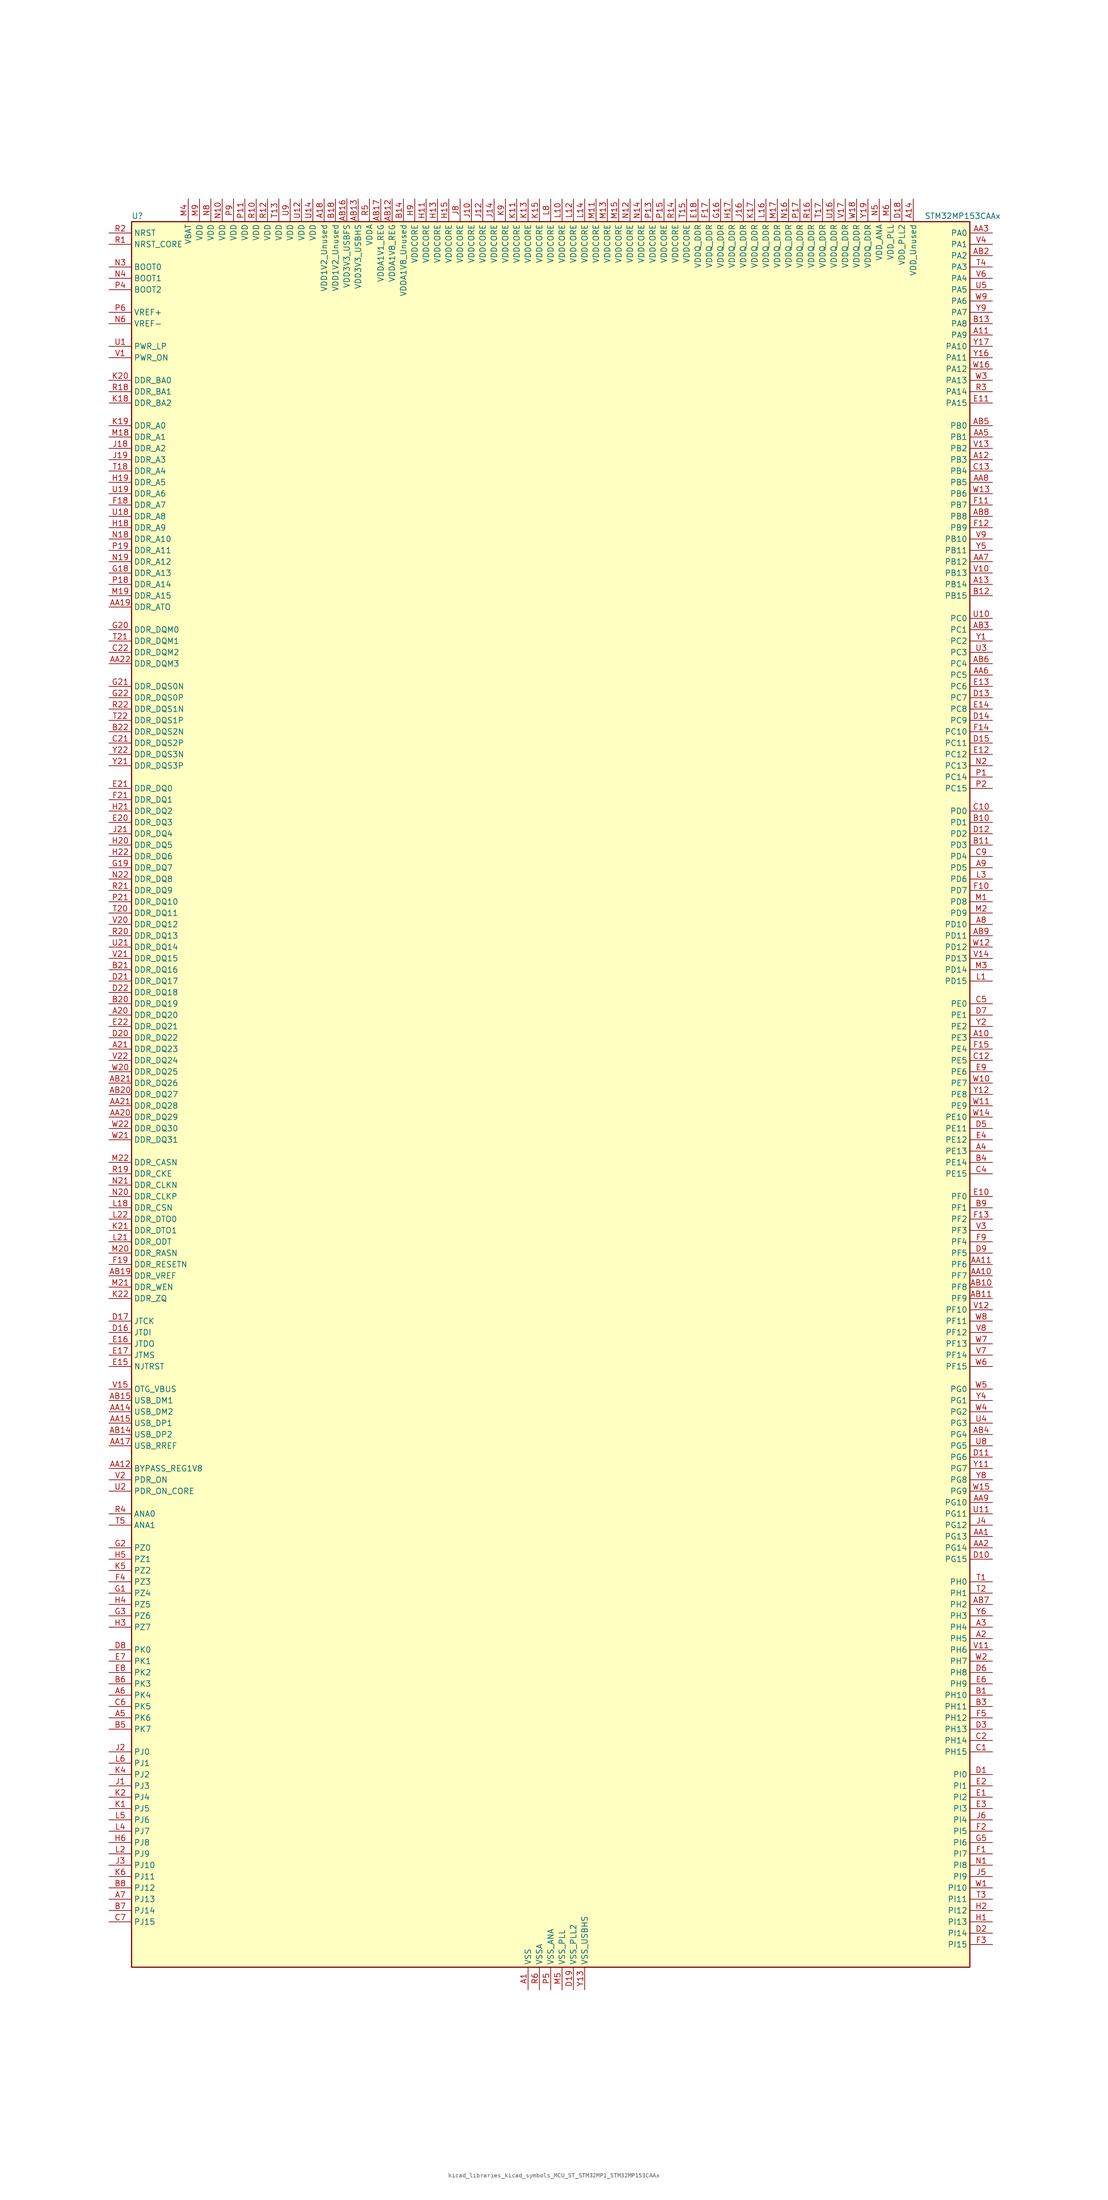
<source format=kicad_sym>
(kicad_symbol_lib
  (version 20220914)
  (generator kicad_symbol_editor)
  (symbol "kicad_libraries_kicad_symbols_MCU_ST_STM32MP1_STM32MP153CAAx"
    (property "Reference" "U"
      (at -93.98 196.85 0)
      (effects (font (size 1.27 1.27)) (justify left)))
    (property "Value" "STM32MP153CAAx"
      (at 83.82 196.85 0)
      (effects (font (size 1.27 1.27)) (justify left)))
    (property "ki_locked" ""
      (at 0 0 0)
      (effects (font (size 1.27 1.27))))
    (symbol "kicad_libraries_kicad_symbols_MCU_ST_STM32MP1_STM32MP153CAAx_0_1"
      (rectangle (start -93.98 -195.58) (end 93.98 195.58) (stroke (width 0.254) (type default)) (fill (type background))))
    (symbol "kicad_libraries_kicad_symbols_MCU_ST_STM32MP1_STM32MP153CAAx_1_1"
      (pin power_in line (at -5.08 -200.66 90) (length 5.08) (name "VSS" (effects (font (size 1.27 1.27)))) (number "A1" (effects (font (size 1.27 1.27)))))
      (pin bidirectional line (at 99.06 12.7 180) (length 5.08) (name "PE3" (effects (font (size 1.27 1.27)))) (number "A10" (effects (font (size 1.27 1.27)))) (alternate "DEBUG_TRACED0" bidirectional line) (alternate "FMC_A19" bidirectional line) (alternate "SAI1_SD_B" bidirectional line) (alternate "SDMMC2_CK" bidirectional line) (alternate "TIM15_BKIN" bidirectional line))
      (pin bidirectional line (at 99.06 170.18 180) (length 5.08) (name "PA9" (effects (font (size 1.27 1.27)))) (number "A11" (effects (font (size 1.27 1.27)))) (alternate "DAC1_EXTI9" bidirectional line) (alternate "DCMI_D0" bidirectional line) (alternate "I2C3_SMBA" bidirectional line) (alternate "I2S2_CK" bidirectional line) (alternate "LTDC_R5" bidirectional line) (alternate "SDMMC2_CDIR" bidirectional line) (alternate "SDMMC2_D5" bidirectional line) (alternate "SPI2_SCK" bidirectional line) (alternate "TIM1_CH2" bidirectional line) (alternate "USART1_TX" bidirectional line))
      (pin bidirectional line (at 99.06 142.24 180) (length 5.08) (name "PB3" (effects (font (size 1.27 1.27)))) (number "A12" (effects (font (size 1.27 1.27)))) (alternate "DEBUG_TRACED9" bidirectional line) (alternate "I2S1_CK" bidirectional line) (alternate "I2S3_CK" bidirectional line) (alternate "SAI4_CK1" bidirectional line) (alternate "SAI4_MCLK_A" bidirectional line) (alternate "SDMMC2_D2" bidirectional line) (alternate "SPI1_SCK" bidirectional line) (alternate "SPI3_SCK" bidirectional line) (alternate "SPI6_SCK" bidirectional line) (alternate "TIM2_CH2" bidirectional line) (alternate "UART7_RX" bidirectional line))
      (pin bidirectional line (at 99.06 114.3 180) (length 5.08) (name "PB14" (effects (font (size 1.27 1.27)))) (number "A13" (effects (font (size 1.27 1.27)))) (alternate "DFSDM1_DATIN2" bidirectional line) (alternate "I2S2_SDI" bidirectional line) (alternate "SDMMC2_D0" bidirectional line) (alternate "SPI2_MISO" bidirectional line) (alternate "TIM12_CH1" bidirectional line) (alternate "TIM1_CH2N" bidirectional line) (alternate "TIM8_CH2N" bidirectional line) (alternate "USART1_TX" bidirectional line) (alternate "USART3_DE" bidirectional line) (alternate "USART3_RTS" bidirectional line))
      (pin power_in line (at 81.28 200.66 270) (length 5.08) (name "VDD_Unused" (effects (font (size 1.27 1.27)))) (number "A14" (effects (font (size 1.27 1.27)))))
      (pin no_connect line (at -93.98 -195.58 0) (length 5.08) hide (name "DNU" (effects (font (size 1.27 1.27)))) (number "A15" (effects (font (size 1.27 1.27)))))
      (pin no_connect line (at -93.98 -193.04 0) (length 5.08) hide (name "DNU" (effects (font (size 1.27 1.27)))) (number "A16" (effects (font (size 1.27 1.27)))))
      (pin no_connect line (at -93.98 -190.5 0) (length 5.08) hide (name "DNU" (effects (font (size 1.27 1.27)))) (number "A17" (effects (font (size 1.27 1.27)))))
      (pin power_in line (at -50.8 200.66 270) (length 5.08) (name "VDD1V2_Unused" (effects (font (size 1.27 1.27)))) (number "A18" (effects (font (size 1.27 1.27)))))
      (pin passive line (at -5.08 -200.66 90) (length 5.08) hide (name "VSS" (effects (font (size 1.27 1.27)))) (number "A19" (effects (font (size 1.27 1.27)))))
      (pin bidirectional line (at 99.06 -121.92 180) (length 5.08) (name "PH5" (effects (font (size 1.27 1.27)))) (number "A2" (effects (font (size 1.27 1.27)))) (alternate "I2C2_SDA" bidirectional line) (alternate "SAI4_SD_B" bidirectional line) (alternate "SPI5_NSS" bidirectional line))
      (pin bidirectional line (at -99.06 17.78 0) (length 5.08) (name "DDR_DQ20" (effects (font (size 1.27 1.27)))) (number "A20" (effects (font (size 1.27 1.27)))) (alternate "DDR_DQ20" bidirectional line))
      (pin bidirectional line (at -99.06 10.16 0) (length 5.08) (name "DDR_DQ23" (effects (font (size 1.27 1.27)))) (number "A21" (effects (font (size 1.27 1.27)))) (alternate "DDR_DQ23" bidirectional line))
      (pin passive line (at -5.08 -200.66 90) (length 5.08) hide (name "VSS" (effects (font (size 1.27 1.27)))) (number "A22" (effects (font (size 1.27 1.27)))))
      (pin bidirectional line (at 99.06 -119.38 180) (length 5.08) (name "PH4" (effects (font (size 1.27 1.27)))) (number "A3" (effects (font (size 1.27 1.27)))) (alternate "I2C2_SCL" bidirectional line) (alternate "LTDC_G4" bidirectional line) (alternate "LTDC_G5" bidirectional line))
      (pin bidirectional line (at 99.06 -12.7 180) (length 5.08) (name "PE13" (effects (font (size 1.27 1.27)))) (number "A4" (effects (font (size 1.27 1.27)))) (alternate "DCMI_D6" bidirectional line) (alternate "DFSDM1_CKIN5" bidirectional line) (alternate "FMC_D10" bidirectional line) (alternate "FMC_DA10" bidirectional line) (alternate "HDP_HDP2" bidirectional line) (alternate "LTDC_DE" bidirectional line) (alternate "SAI2_FS_B" bidirectional line) (alternate "SPI4_MISO" bidirectional line) (alternate "TIM1_CH3" bidirectional line))
      (pin bidirectional line (at -99.06 -139.7 0) (length 5.08) (name "PK6" (effects (font (size 1.27 1.27)))) (number "A5" (effects (font (size 1.27 1.27)))) (alternate "DEBUG_TRACED7" bidirectional line) (alternate "HDP_HDP7" bidirectional line) (alternate "LTDC_B7" bidirectional line))
      (pin bidirectional line (at -99.06 -134.62 0) (length 5.08) (name "PK4" (effects (font (size 1.27 1.27)))) (number "A6" (effects (font (size 1.27 1.27)))) (alternate "LTDC_B5" bidirectional line))
      (pin bidirectional line (at -99.06 -180.34 0) (length 5.08) (name "PJ13" (effects (font (size 1.27 1.27)))) (number "A7" (effects (font (size 1.27 1.27)))) (alternate "LTDC_B1" bidirectional line) (alternate "LTDC_G4" bidirectional line))
      (pin bidirectional line (at 99.06 38.1 180) (length 5.08) (name "PD10" (effects (font (size 1.27 1.27)))) (number "A8" (effects (font (size 1.27 1.27)))) (alternate "DFSDM1_CKOUT" bidirectional line) (alternate "FMC_D15" bidirectional line) (alternate "FMC_DA15" bidirectional line) (alternate "I2C5_SMBA" bidirectional line) (alternate "I2S3_SDI" bidirectional line) (alternate "LTDC_B3" bidirectional line) (alternate "RTC_REFIN" bidirectional line) (alternate "SAI3_FS_B" bidirectional line) (alternate "SPI3_MISO" bidirectional line) (alternate "TIM16_BKIN" bidirectional line) (alternate "USART3_CK" bidirectional line))
      (pin bidirectional line (at 99.06 50.8 180) (length 5.08) (name "PD5" (effects (font (size 1.27 1.27)))) (number "A9" (effects (font (size 1.27 1.27)))) (alternate "FMC_NWE" bidirectional line) (alternate "SDMMC3_D2" bidirectional line) (alternate "USART2_TX" bidirectional line))
      (pin bidirectional line (at 99.06 -99.06 180) (length 5.08) (name "PG13" (effects (font (size 1.27 1.27)))) (number "AA1" (effects (font (size 1.27 1.27)))) (alternate "DEBUG_TRACED0" bidirectional line) (alternate "ETH1_TXD0" bidirectional line) (alternate "FMC_A24" bidirectional line) (alternate "LPTIM1_OUT" bidirectional line) (alternate "LTDC_R0" bidirectional line) (alternate "SAI1_CK2" bidirectional line) (alternate "SAI1_SCK_A" bidirectional line) (alternate "SAI4_CK1" bidirectional line) (alternate "SAI4_MCLK_A" bidirectional line) (alternate "SPI6_SCK" bidirectional line) (alternate "USART6_CTS" bidirectional line) (alternate "USART6_NSS" bidirectional line))
      (pin bidirectional line (at 99.06 -40.64 180) (length 5.08) (name "PF7" (effects (font (size 1.27 1.27)))) (number "AA10" (effects (font (size 1.27 1.27)))) (alternate "QUADSPI_BK1_IO2" bidirectional line) (alternate "SAI1_MCLK_B" bidirectional line) (alternate "SPI5_SCK" bidirectional line) (alternate "TIM17_CH1" bidirectional line) (alternate "UART7_TX" bidirectional line))
      (pin bidirectional line (at 99.06 -38.1 180) (length 5.08) (name "PF6" (effects (font (size 1.27 1.27)))) (number "AA11" (effects (font (size 1.27 1.27)))) (alternate "QUADSPI_BK1_IO3" bidirectional line) (alternate "SAI1_SD_B" bidirectional line) (alternate "SAI4_SCK_B" bidirectional line) (alternate "SPI5_NSS" bidirectional line) (alternate "TIM16_CH1" bidirectional line) (alternate "UART7_RX" bidirectional line))
      (pin bidirectional line (at -99.06 -83.82 0) (length 5.08) (name "BYPASS_REG1V8" (effects (font (size 1.27 1.27)))) (number "AA12" (effects (font (size 1.27 1.27)))))
      (pin passive line (at 7.62 -200.66 90) (length 5.08) hide (name "VSS_USBHS" (effects (font (size 1.27 1.27)))) (number "AA13" (effects (font (size 1.27 1.27)))))
      (pin bidirectional line (at -99.06 -71.12 0) (length 5.08) (name "USB_DM2" (effects (font (size 1.27 1.27)))) (number "AA14" (effects (font (size 1.27 1.27)))) (alternate "USBH_HS2_DM" bidirectional line) (alternate "USB_OTG_HS_DM" bidirectional line))
      (pin bidirectional line (at -99.06 -73.66 0) (length 5.08) (name "USB_DP1" (effects (font (size 1.27 1.27)))) (number "AA15" (effects (font (size 1.27 1.27)))) (alternate "USBH_HS1_DP" bidirectional line))
      (pin passive line (at 7.62 -200.66 90) (length 5.08) hide (name "VSS_USBHS" (effects (font (size 1.27 1.27)))) (number "AA16" (effects (font (size 1.27 1.27)))))
      (pin bidirectional line (at -99.06 -78.74 0) (length 5.08) (name "USB_RREF" (effects (font (size 1.27 1.27)))) (number "AA17" (effects (font (size 1.27 1.27)))))
      (pin passive line (at -5.08 -200.66 90) (length 5.08) hide (name "VSS" (effects (font (size 1.27 1.27)))) (number "AA18" (effects (font (size 1.27 1.27)))))
      (pin bidirectional line (at -99.06 109.22 0) (length 5.08) (name "DDR_ATO" (effects (font (size 1.27 1.27)))) (number "AA19" (effects (font (size 1.27 1.27)))) (alternate "DDR_ATO" bidirectional line))
      (pin bidirectional line (at 99.06 -101.6 180) (length 5.08) (name "PG14" (effects (font (size 1.27 1.27)))) (number "AA2" (effects (font (size 1.27 1.27)))) (alternate "DEBUG_TRACED1" bidirectional line) (alternate "ETH1_TXD1" bidirectional line) (alternate "FMC_A25" bidirectional line) (alternate "LPTIM1_ETR" bidirectional line) (alternate "LTDC_B0" bidirectional line) (alternate "QUADSPI_BK2_IO3" bidirectional line) (alternate "SAI4_D1" bidirectional line) (alternate "SAI4_SD_A" bidirectional line) (alternate "SPI6_MOSI" bidirectional line) (alternate "USART6_TX" bidirectional line))
      (pin bidirectional line (at -99.06 -5.08 0) (length 5.08) (name "DDR_DQ29" (effects (font (size 1.27 1.27)))) (number "AA20" (effects (font (size 1.27 1.27)))) (alternate "DDR_DQ29" bidirectional line))
      (pin bidirectional line (at -99.06 -2.54 0) (length 5.08) (name "DDR_DQ28" (effects (font (size 1.27 1.27)))) (number "AA21" (effects (font (size 1.27 1.27)))) (alternate "DDR_DQ28" bidirectional line))
      (pin bidirectional line (at -99.06 96.52 0) (length 5.08) (name "DDR_DQM3" (effects (font (size 1.27 1.27)))) (number "AA22" (effects (font (size 1.27 1.27)))) (alternate "DDR_DQM3" bidirectional line))
      (pin bidirectional line (at 99.06 193.04 180) (length 5.08) (name "PA0" (effects (font (size 1.27 1.27)))) (number "AA3" (effects (font (size 1.27 1.27)))) (alternate "ADC1_INP16" bidirectional line) (alternate "ETH1_CRS" bidirectional line) (alternate "PWR_WKUP1" bidirectional line) (alternate "SAI2_SD_B" bidirectional line) (alternate "SDMMC2_CMD" bidirectional line) (alternate "TIM15_BKIN" bidirectional line) (alternate "TIM2_CH1" bidirectional line) (alternate "TIM2_ETR" bidirectional line) (alternate "TIM5_CH1" bidirectional line) (alternate "TIM8_ETR" bidirectional line) (alternate "UART4_TX" bidirectional line) (alternate "USART2_CTS" bidirectional line) (alternate "USART2_NSS" bidirectional line))
      (pin passive line (at -5.08 -200.66 90) (length 5.08) hide (name "VSS" (effects (font (size 1.27 1.27)))) (number "AA4" (effects (font (size 1.27 1.27)))))
      (pin bidirectional line (at 99.06 147.32 180) (length 5.08) (name "PB1" (effects (font (size 1.27 1.27)))) (number "AA5" (effects (font (size 1.27 1.27)))) (alternate "ADC1_INP5" bidirectional line) (alternate "ADC2_INP5" bidirectional line) (alternate "DFSDM1_DATIN1" bidirectional line) (alternate "ETH1_RXD3" bidirectional line) (alternate "LTDC_G0" bidirectional line) (alternate "LTDC_R6" bidirectional line) (alternate "TIM1_CH3N" bidirectional line) (alternate "TIM3_CH4" bidirectional line) (alternate "TIM8_CH3N" bidirectional line))
      (pin bidirectional line (at 99.06 93.98 180) (length 5.08) (name "PC5" (effects (font (size 1.27 1.27)))) (number "AA6" (effects (font (size 1.27 1.27)))) (alternate "ADC1_INN4" bidirectional line) (alternate "ADC1_INP8" bidirectional line) (alternate "ADC2_INN4" bidirectional line) (alternate "ADC2_INP8" bidirectional line) (alternate "DFSDM1_DATIN2" bidirectional line) (alternate "ETH1_RXD1" bidirectional line) (alternate "SAI1_D3" bidirectional line) (alternate "SAI1_D4" bidirectional line) (alternate "SAI4_D3" bidirectional line) (alternate "SAI4_D4" bidirectional line) (alternate "SPDIFRX_IN3" bidirectional line))
      (pin bidirectional line (at 99.06 119.38 180) (length 5.08) (name "PB12" (effects (font (size 1.27 1.27)))) (number "AA7" (effects (font (size 1.27 1.27)))) (alternate "DFSDM1_DATIN1" bidirectional line) (alternate "ETH1_TXD0" bidirectional line) (alternate "FDCAN2_RX" bidirectional line) (alternate "I2C2_SMBA" bidirectional line) (alternate "I2C6_SMBA" bidirectional line) (alternate "I2S2_WS" bidirectional line) (alternate "SPI2_NSS" bidirectional line) (alternate "TIM1_BKIN" bidirectional line) (alternate "UART5_RX" bidirectional line) (alternate "USART3_CK" bidirectional line) (alternate "USART3_RX" bidirectional line))
      (pin bidirectional line (at 99.06 137.16 180) (length 5.08) (name "PB5" (effects (font (size 1.27 1.27)))) (number "AA8" (effects (font (size 1.27 1.27)))) (alternate "DCMI_D10" bidirectional line) (alternate "ETH1_CLK" bidirectional line) (alternate "ETH1_PPS_OUT" bidirectional line) (alternate "FDCAN2_RX" bidirectional line) (alternate "I2C1_SMBA" bidirectional line) (alternate "I2C4_SMBA" bidirectional line) (alternate "I2S1_SDO" bidirectional line) (alternate "I2S3_SDO" bidirectional line) (alternate "LTDC_G7" bidirectional line) (alternate "SAI4_D1" bidirectional line) (alternate "SAI4_SD_A" bidirectional line) (alternate "SPI1_MOSI" bidirectional line) (alternate "SPI3_MOSI" bidirectional line) (alternate "SPI6_MOSI" bidirectional line) (alternate "TIM17_BKIN" bidirectional line) (alternate "TIM3_CH2" bidirectional line) (alternate "UART5_RX" bidirectional line))
      (pin bidirectional line (at 99.06 -91.44 180) (length 5.08) (name "PG10" (effects (font (size 1.27 1.27)))) (number "AA9" (effects (font (size 1.27 1.27)))) (alternate "DCMI_D2" bidirectional line) (alternate "DEBUG_TRACED10" bidirectional line) (alternate "FMC_NE3" bidirectional line) (alternate "LTDC_B2" bidirectional line) (alternate "LTDC_G3" bidirectional line) (alternate "QUADSPI_BK2_IO2" bidirectional line) (alternate "SAI2_SD_B" bidirectional line) (alternate "UART8_CTS" bidirectional line))
      (pin passive line (at -5.08 -200.66 90) (length 5.08) hide (name "VSS" (effects (font (size 1.27 1.27)))) (number "AB1" (effects (font (size 1.27 1.27)))))
      (pin bidirectional line (at 99.06 -43.18 180) (length 5.08) (name "PF8" (effects (font (size 1.27 1.27)))) (number "AB10" (effects (font (size 1.27 1.27)))) (alternate "DEBUG_TRACED12" bidirectional line) (alternate "QUADSPI_BK1_IO0" bidirectional line) (alternate "SAI1_SCK_B" bidirectional line) (alternate "SPI5_MISO" bidirectional line) (alternate "TIM13_CH1" bidirectional line) (alternate "TIM16_CH1N" bidirectional line) (alternate "UART7_DE" bidirectional line) (alternate "UART7_RTS" bidirectional line))
      (pin bidirectional line (at 99.06 -45.72 180) (length 5.08) (name "PF9" (effects (font (size 1.27 1.27)))) (number "AB11" (effects (font (size 1.27 1.27)))) (alternate "DAC1_EXTI9" bidirectional line) (alternate "DEBUG_TRACED13" bidirectional line) (alternate "QUADSPI_BK1_IO1" bidirectional line) (alternate "SAI1_FS_B" bidirectional line) (alternate "SPI5_MOSI" bidirectional line) (alternate "TIM14_CH1" bidirectional line) (alternate "TIM17_CH1N" bidirectional line) (alternate "UART7_CTS" bidirectional line))
      (pin power_in line (at -35.56 200.66 270) (length 5.08) (name "VDDA1V8_REG" (effects (font (size 1.27 1.27)))) (number "AB12" (effects (font (size 1.27 1.27)))))
      (pin power_in line (at -43.18 200.66 270) (length 5.08) (name "VDD3V3_USBHS" (effects (font (size 1.27 1.27)))) (number "AB13" (effects (font (size 1.27 1.27)))))
      (pin bidirectional line (at -99.06 -76.2 0) (length 5.08) (name "USB_DP2" (effects (font (size 1.27 1.27)))) (number "AB14" (effects (font (size 1.27 1.27)))) (alternate "USBH_HS2_DP" bidirectional line) (alternate "USB_OTG_HS_DP" bidirectional line))
      (pin bidirectional line (at -99.06 -68.58 0) (length 5.08) (name "USB_DM1" (effects (font (size 1.27 1.27)))) (number "AB15" (effects (font (size 1.27 1.27)))) (alternate "USBH_HS1_DM" bidirectional line))
      (pin power_in line (at -45.72 200.66 270) (length 5.08) (name "VDD3V3_USBFS" (effects (font (size 1.27 1.27)))) (number "AB16" (effects (font (size 1.27 1.27)))))
      (pin power_in line (at -38.1 200.66 270) (length 5.08) (name "VDDA1V1_REG" (effects (font (size 1.27 1.27)))) (number "AB17" (effects (font (size 1.27 1.27)))))
      (pin passive line (at -5.08 -200.66 90) (length 5.08) hide (name "VSS" (effects (font (size 1.27 1.27)))) (number "AB18" (effects (font (size 1.27 1.27)))))
      (pin bidirectional line (at -99.06 -40.64 0) (length 5.08) (name "DDR_VREF" (effects (font (size 1.27 1.27)))) (number "AB19" (effects (font (size 1.27 1.27)))) (alternate "DDR_VREF" bidirectional line))
      (pin bidirectional line (at 99.06 187.96 180) (length 5.08) (name "PA2" (effects (font (size 1.27 1.27)))) (number "AB2" (effects (font (size 1.27 1.27)))) (alternate "ADC1_INP14" bidirectional line) (alternate "ETH1_MDIO" bidirectional line) (alternate "LPTIM4_OUT" bidirectional line) (alternate "LTDC_R1" bidirectional line) (alternate "PWR_WKUP2" bidirectional line) (alternate "SAI2_SCK_B" bidirectional line) (alternate "SDMMC2_D0DIR" bidirectional line) (alternate "TIM15_CH1" bidirectional line) (alternate "TIM2_CH3" bidirectional line) (alternate "TIM5_CH3" bidirectional line) (alternate "USART2_TX" bidirectional line))
      (pin bidirectional line (at -99.06 0 0) (length 5.08) (name "DDR_DQ27" (effects (font (size 1.27 1.27)))) (number "AB20" (effects (font (size 1.27 1.27)))) (alternate "DDR_DQ27" bidirectional line))
      (pin bidirectional line (at -99.06 2.54 0) (length 5.08) (name "DDR_DQ26" (effects (font (size 1.27 1.27)))) (number "AB21" (effects (font (size 1.27 1.27)))) (alternate "DDR_DQ26" bidirectional line))
      (pin passive line (at -5.08 -200.66 90) (length 5.08) hide (name "VSS" (effects (font (size 1.27 1.27)))) (number "AB22" (effects (font (size 1.27 1.27)))))
      (pin bidirectional line (at 99.06 104.14 180) (length 5.08) (name "PC1" (effects (font (size 1.27 1.27)))) (number "AB3" (effects (font (size 1.27 1.27)))) (alternate "ADC1_INN10" bidirectional line) (alternate "ADC1_INP11" bidirectional line) (alternate "ADC2_INN10" bidirectional line) (alternate "ADC2_INP11" bidirectional line) (alternate "DEBUG_TRACED0" bidirectional line) (alternate "DFSDM1_CKIN4" bidirectional line) (alternate "DFSDM1_DATIN0" bidirectional line) (alternate "ETH1_MDC" bidirectional line) (alternate "I2S2_SDO" bidirectional line) (alternate "PWR_WKUP6" bidirectional line) (alternate "SAI1_D1" bidirectional line) (alternate "SAI1_SD_A" bidirectional line) (alternate "SDMMC2_CK" bidirectional line) (alternate "SPI2_MOSI" bidirectional line) (alternate "TAMP_IN3" bidirectional line))
      (pin bidirectional line (at 99.06 -76.2 180) (length 5.08) (name "PG4" (effects (font (size 1.27 1.27)))) (number "AB4" (effects (font (size 1.27 1.27)))) (alternate "ETH1_GTX_CLK" bidirectional line) (alternate "FMC_A14" bidirectional line) (alternate "TIM1_BKIN2" bidirectional line))
      (pin bidirectional line (at 99.06 149.86 180) (length 5.08) (name "PB0" (effects (font (size 1.27 1.27)))) (number "AB5" (effects (font (size 1.27 1.27)))) (alternate "ADC1_INN5" bidirectional line) (alternate "ADC1_INP9" bidirectional line) (alternate "ADC2_INN5" bidirectional line) (alternate "ADC2_INP9" bidirectional line) (alternate "DFSDM1_CKOUT" bidirectional line) (alternate "ETH1_RXD2" bidirectional line) (alternate "LTDC_G1" bidirectional line) (alternate "LTDC_R3" bidirectional line) (alternate "TIM1_CH2N" bidirectional line) (alternate "TIM3_CH3" bidirectional line) (alternate "TIM8_CH2N" bidirectional line) (alternate "UART4_CTS" bidirectional line))
      (pin bidirectional line (at 99.06 96.52 180) (length 5.08) (name "PC4" (effects (font (size 1.27 1.27)))) (number "AB6" (effects (font (size 1.27 1.27)))) (alternate "ADC1_INP4" bidirectional line) (alternate "ADC2_INP4" bidirectional line) (alternate "DFSDM1_CKIN2" bidirectional line) (alternate "ETH1_RXD0" bidirectional line) (alternate "I2S1_MCK" bidirectional line) (alternate "SPDIFRX_IN2" bidirectional line))
      (pin bidirectional line (at 99.06 -114.3 180) (length 5.08) (name "PH2" (effects (font (size 1.27 1.27)))) (number "AB7" (effects (font (size 1.27 1.27)))) (alternate "ETH1_CRS" bidirectional line) (alternate "LPTIM1_IN2" bidirectional line) (alternate "LTDC_R0" bidirectional line) (alternate "QUADSPI_BK2_IO0" bidirectional line) (alternate "SAI2_SCK_B" bidirectional line))
      (pin bidirectional line (at 99.06 129.54 180) (length 5.08) (name "PB8" (effects (font (size 1.27 1.27)))) (number "AB8" (effects (font (size 1.27 1.27)))) (alternate "DCMI_D6" bidirectional line) (alternate "DFSDM1_CKIN7" bidirectional line) (alternate "ETH1_TXD3" bidirectional line) (alternate "FDCAN1_RX" bidirectional line) (alternate "HDP_HDP6" bidirectional line) (alternate "I2C1_SCL" bidirectional line) (alternate "I2C4_SCL" bidirectional line) (alternate "LTDC_B6" bidirectional line) (alternate "SDMMC1_CKIN" bidirectional line) (alternate "SDMMC1_D4" bidirectional line) (alternate "SDMMC2_CKIN" bidirectional line) (alternate "SDMMC2_D4" bidirectional line) (alternate "TIM16_CH1" bidirectional line) (alternate "TIM4_CH3" bidirectional line) (alternate "UART4_RX" bidirectional line))
      (pin bidirectional line (at 99.06 35.56 180) (length 5.08) (name "PD11" (effects (font (size 1.27 1.27)))) (number "AB9" (effects (font (size 1.27 1.27)))) (alternate "ADC1_EXTI11" bidirectional line) (alternate "ADC2_EXTI11" bidirectional line) (alternate "FMC_A16" bidirectional line) (alternate "FMC_CLE" bidirectional line) (alternate "I2C1_SMBA" bidirectional line) (alternate "I2C4_SMBA" bidirectional line) (alternate "LPTIM2_IN2" bidirectional line) (alternate "QUADSPI_BK1_IO0" bidirectional line) (alternate "SAI2_SD_A" bidirectional line) (alternate "USART3_CTS" bidirectional line) (alternate "USART3_NSS" bidirectional line))
      (pin bidirectional line (at 99.06 -134.62 180) (length 5.08) (name "PH10" (effects (font (size 1.27 1.27)))) (number "B1" (effects (font (size 1.27 1.27)))) (alternate "DCMI_D1" bidirectional line) (alternate "I2C1_SMBA" bidirectional line) (alternate "I2C4_SMBA" bidirectional line) (alternate "LTDC_R4" bidirectional line) (alternate "TIM5_CH1" bidirectional line))
      (pin bidirectional line (at 99.06 60.96 180) (length 5.08) (name "PD1" (effects (font (size 1.27 1.27)))) (number "B10" (effects (font (size 1.27 1.27)))) (alternate "DFSDM1_CKIN7" bidirectional line) (alternate "DFSDM1_DATIN6" bidirectional line) (alternate "FDCAN1_TX" bidirectional line) (alternate "FMC_D3" bidirectional line) (alternate "FMC_DA3" bidirectional line) (alternate "I2C5_SCL" bidirectional line) (alternate "I2C6_SCL" bidirectional line) (alternate "SAI3_SD_A" bidirectional line) (alternate "SDMMC3_D0" bidirectional line) (alternate "UART4_TX" bidirectional line))
      (pin bidirectional line (at 99.06 55.88 180) (length 5.08) (name "PD3" (effects (font (size 1.27 1.27)))) (number "B11" (effects (font (size 1.27 1.27)))) (alternate "DCMI_D5" bidirectional line) (alternate "DFSDM1_CKOUT" bidirectional line) (alternate "DFSDM1_DATIN0" bidirectional line) (alternate "FMC_CLK" bidirectional line) (alternate "HDP_HDP5" bidirectional line) (alternate "I2S2_CK" bidirectional line) (alternate "LTDC_G7" bidirectional line) (alternate "SDMMC1_D123DIR" bidirectional line) (alternate "SDMMC1_D7" bidirectional line) (alternate "SDMMC2_D123DIR" bidirectional line) (alternate "SDMMC2_D7" bidirectional line) (alternate "SPI2_SCK" bidirectional line) (alternate "USART2_CTS" bidirectional line) (alternate "USART2_NSS" bidirectional line))
      (pin bidirectional line (at 99.06 111.76 180) (length 5.08) (name "PB15" (effects (font (size 1.27 1.27)))) (number "B12" (effects (font (size 1.27 1.27)))) (alternate "ADC1_EXTI15" bidirectional line) (alternate "ADC2_EXTI15" bidirectional line) (alternate "DFSDM1_CKIN2" bidirectional line) (alternate "I2S2_SDO" bidirectional line) (alternate "RTC_REFIN" bidirectional line) (alternate "SDMMC2_D1" bidirectional line) (alternate "SPI2_MOSI" bidirectional line) (alternate "TIM12_CH2" bidirectional line) (alternate "TIM1_CH3N" bidirectional line) (alternate "TIM8_CH3N" bidirectional line) (alternate "USART1_RX" bidirectional line))
      (pin bidirectional line (at 99.06 172.72 180) (length 5.08) (name "PA8" (effects (font (size 1.27 1.27)))) (number "B13" (effects (font (size 1.27 1.27)))) (alternate "I2C3_SCL" bidirectional line) (alternate "I2S3_SDO" bidirectional line) (alternate "LTDC_R6" bidirectional line) (alternate "RCC_MCO_1" bidirectional line) (alternate "SAI4_SD_B" bidirectional line) (alternate "SDMMC2_CKIN" bidirectional line) (alternate "SDMMC2_D4" bidirectional line) (alternate "SPI3_MOSI" bidirectional line) (alternate "TIM1_CH1" bidirectional line) (alternate "TIM8_BKIN2" bidirectional line) (alternate "UART7_RX" bidirectional line) (alternate "USART1_CK" bidirectional line) (alternate "USB_OTG_HS_SOF" bidirectional line))
      (pin power_in line (at -33.02 200.66 270) (length 5.08) (name "VDDA1V8_Unused" (effects (font (size 1.27 1.27)))) (number "B14" (effects (font (size 1.27 1.27)))))
      (pin no_connect line (at -93.98 -187.96 0) (length 5.08) hide (name "DNU" (effects (font (size 1.27 1.27)))) (number "B15" (effects (font (size 1.27 1.27)))))
      (pin no_connect line (at -93.98 -185.42 0) (length 5.08) hide (name "DNU" (effects (font (size 1.27 1.27)))) (number "B16" (effects (font (size 1.27 1.27)))))
      (pin no_connect line (at -93.98 -182.88 0) (length 5.08) hide (name "DNU" (effects (font (size 1.27 1.27)))) (number "B17" (effects (font (size 1.27 1.27)))))
      (pin power_in line (at -48.26 200.66 270) (length 5.08) (name "VDD1V2_Unused" (effects (font (size 1.27 1.27)))) (number "B18" (effects (font (size 1.27 1.27)))))
      (pin passive line (at -5.08 -200.66 90) (length 5.08) hide (name "VSS" (effects (font (size 1.27 1.27)))) (number "B19" (effects (font (size 1.27 1.27)))))
      (pin passive line (at -5.08 -200.66 90) (length 5.08) hide (name "VSS" (effects (font (size 1.27 1.27)))) (number "B2" (effects (font (size 1.27 1.27)))))
      (pin bidirectional line (at -99.06 20.32 0) (length 5.08) (name "DDR_DQ19" (effects (font (size 1.27 1.27)))) (number "B20" (effects (font (size 1.27 1.27)))) (alternate "DDR_DQ19" bidirectional line))
      (pin bidirectional line (at -99.06 27.94 0) (length 5.08) (name "DDR_DQ16" (effects (font (size 1.27 1.27)))) (number "B21" (effects (font (size 1.27 1.27)))) (alternate "DDR_DQ16" bidirectional line))
      (pin bidirectional line (at -99.06 81.28 0) (length 5.08) (name "DDR_DQS2N" (effects (font (size 1.27 1.27)))) (number "B22" (effects (font (size 1.27 1.27)))) (alternate "DDR_DQS2N" bidirectional line))
      (pin bidirectional line (at 99.06 -137.16 180) (length 5.08) (name "PH11" (effects (font (size 1.27 1.27)))) (number "B3" (effects (font (size 1.27 1.27)))) (alternate "ADC1_EXTI11" bidirectional line) (alternate "ADC2_EXTI11" bidirectional line) (alternate "DCMI_D2" bidirectional line) (alternate "I2C1_SCL" bidirectional line) (alternate "I2C4_SCL" bidirectional line) (alternate "LTDC_R5" bidirectional line) (alternate "TIM5_CH2" bidirectional line))
      (pin bidirectional line (at 99.06 -15.24 180) (length 5.08) (name "PE14" (effects (font (size 1.27 1.27)))) (number "B4" (effects (font (size 1.27 1.27)))) (alternate "FMC_D11" bidirectional line) (alternate "FMC_DA11" bidirectional line) (alternate "LTDC_CLK" bidirectional line) (alternate "LTDC_G0" bidirectional line) (alternate "SAI2_MCLK_B" bidirectional line) (alternate "SDMMC1_D123DIR" bidirectional line) (alternate "SPI4_MOSI" bidirectional line) (alternate "TIM1_CH4" bidirectional line) (alternate "UART8_DE" bidirectional line) (alternate "UART8_RTS" bidirectional line))
      (pin bidirectional line (at -99.06 -142.24 0) (length 5.08) (name "PK7" (effects (font (size 1.27 1.27)))) (number "B5" (effects (font (size 1.27 1.27)))) (alternate "LTDC_DE" bidirectional line))
      (pin bidirectional line (at -99.06 -132.08 0) (length 5.08) (name "PK3" (effects (font (size 1.27 1.27)))) (number "B6" (effects (font (size 1.27 1.27)))) (alternate "LTDC_B4" bidirectional line))
      (pin bidirectional line (at -99.06 -182.88 0) (length 5.08) (name "PJ14" (effects (font (size 1.27 1.27)))) (number "B7" (effects (font (size 1.27 1.27)))) (alternate "LTDC_B2" bidirectional line))
      (pin bidirectional line (at -99.06 -177.8 0) (length 5.08) (name "PJ12" (effects (font (size 1.27 1.27)))) (number "B8" (effects (font (size 1.27 1.27)))) (alternate "LTDC_B0" bidirectional line) (alternate "LTDC_G3" bidirectional line))
      (pin bidirectional line (at 99.06 -25.4 180) (length 5.08) (name "PF1" (effects (font (size 1.27 1.27)))) (number "B9" (effects (font (size 1.27 1.27)))) (alternate "FMC_A1" bidirectional line) (alternate "I2C2_SCL" bidirectional line) (alternate "SDMMC3_CDIR" bidirectional line) (alternate "SDMMC3_CMD" bidirectional line))
      (pin bidirectional line (at 99.06 -147.32 180) (length 5.08) (name "PH15" (effects (font (size 1.27 1.27)))) (number "C1" (effects (font (size 1.27 1.27)))) (alternate "ADC1_EXTI15" bidirectional line) (alternate "ADC2_EXTI15" bidirectional line) (alternate "DCMI_D11" bidirectional line) (alternate "LTDC_G4" bidirectional line) (alternate "TIM8_CH3N" bidirectional line))
      (pin bidirectional line (at 99.06 63.5 180) (length 5.08) (name "PD0" (effects (font (size 1.27 1.27)))) (number "C10" (effects (font (size 1.27 1.27)))) (alternate "DFSDM1_CKIN6" bidirectional line) (alternate "DFSDM1_DATIN7" bidirectional line) (alternate "FDCAN1_RX" bidirectional line) (alternate "FMC_D2" bidirectional line) (alternate "FMC_DA2" bidirectional line) (alternate "I2C5_SDA" bidirectional line) (alternate "I2C6_SDA" bidirectional line) (alternate "SAI3_SCK_A" bidirectional line) (alternate "SDMMC3_CMD" bidirectional line) (alternate "UART4_RX" bidirectional line))
      (pin passive line (at -5.08 -200.66 90) (length 5.08) hide (name "VSS" (effects (font (size 1.27 1.27)))) (number "C11" (effects (font (size 1.27 1.27)))))
      (pin bidirectional line (at 99.06 7.62 180) (length 5.08) (name "PE5" (effects (font (size 1.27 1.27)))) (number "C12" (effects (font (size 1.27 1.27)))) (alternate "DCMI_D6" bidirectional line) (alternate "DEBUG_TRACED3" bidirectional line) (alternate "DFSDM1_CKIN3" bidirectional line) (alternate "FMC_A21" bidirectional line) (alternate "LTDC_G0" bidirectional line) (alternate "SAI1_CK2" bidirectional line) (alternate "SAI1_SCK_A" bidirectional line) (alternate "SDMMC1_D0DIR" bidirectional line) (alternate "SDMMC1_D6" bidirectional line) (alternate "SDMMC2_D0DIR" bidirectional line) (alternate "SDMMC2_D6" bidirectional line) (alternate "SPI4_MISO" bidirectional line) (alternate "TIM15_CH1" bidirectional line))
      (pin bidirectional line (at 99.06 139.7 180) (length 5.08) (name "PB4" (effects (font (size 1.27 1.27)))) (number "C13" (effects (font (size 1.27 1.27)))) (alternate "DEBUG_TRACED8" bidirectional line) (alternate "I2S1_SDI" bidirectional line) (alternate "I2S2_WS" bidirectional line) (alternate "I2S3_SDI" bidirectional line) (alternate "SAI4_CK2" bidirectional line) (alternate "SAI4_SCK_A" bidirectional line) (alternate "SDMMC2_D3" bidirectional line) (alternate "SPI1_MISO" bidirectional line) (alternate "SPI2_NSS" bidirectional line) (alternate "SPI3_MISO" bidirectional line) (alternate "SPI6_MISO" bidirectional line) (alternate "TIM16_BKIN" bidirectional line) (alternate "TIM3_CH1" bidirectional line) (alternate "UART7_TX" bidirectional line))
      (pin passive line (at -5.08 -200.66 90) (length 5.08) hide (name "VSS" (effects (font (size 1.27 1.27)))) (number "C14" (effects (font (size 1.27 1.27)))))
      (pin passive line (at -5.08 -200.66 90) (length 5.08) hide (name "VSS" (effects (font (size 1.27 1.27)))) (number "C15" (effects (font (size 1.27 1.27)))))
      (pin passive line (at -5.08 -200.66 90) (length 5.08) hide (name "VSS" (effects (font (size 1.27 1.27)))) (number "C16" (effects (font (size 1.27 1.27)))))
      (pin passive line (at -5.08 -200.66 90) (length 5.08) hide (name "VSS" (effects (font (size 1.27 1.27)))) (number "C17" (effects (font (size 1.27 1.27)))))
      (pin passive line (at -5.08 -200.66 90) (length 5.08) hide (name "VSS" (effects (font (size 1.27 1.27)))) (number "C18" (effects (font (size 1.27 1.27)))))
      (pin passive line (at -5.08 -200.66 90) (length 5.08) hide (name "VSS" (effects (font (size 1.27 1.27)))) (number "C19" (effects (font (size 1.27 1.27)))))
      (pin bidirectional line (at 99.06 -144.78 180) (length 5.08) (name "PH14" (effects (font (size 1.27 1.27)))) (number "C2" (effects (font (size 1.27 1.27)))) (alternate "DCMI_D4" bidirectional line) (alternate "FDCAN1_RX" bidirectional line) (alternate "LTDC_G3" bidirectional line) (alternate "TIM8_CH2N" bidirectional line) (alternate "UART4_RX" bidirectional line))
      (pin passive line (at -5.08 -200.66 90) (length 5.08) hide (name "VSS" (effects (font (size 1.27 1.27)))) (number "C20" (effects (font (size 1.27 1.27)))))
      (pin bidirectional line (at -99.06 78.74 0) (length 5.08) (name "DDR_DQS2P" (effects (font (size 1.27 1.27)))) (number "C21" (effects (font (size 1.27 1.27)))) (alternate "DDR_DQS2P" bidirectional line))
      (pin bidirectional line (at -99.06 99.06 0) (length 5.08) (name "DDR_DQM2" (effects (font (size 1.27 1.27)))) (number "C22" (effects (font (size 1.27 1.27)))) (alternate "DDR_DQM2" bidirectional line))
      (pin passive line (at -5.08 -200.66 90) (length 5.08) hide (name "VSS" (effects (font (size 1.27 1.27)))) (number "C3" (effects (font (size 1.27 1.27)))))
      (pin bidirectional line (at 99.06 -17.78 180) (length 5.08) (name "PE15" (effects (font (size 1.27 1.27)))) (number "C4" (effects (font (size 1.27 1.27)))) (alternate "ADC1_EXTI15" bidirectional line) (alternate "ADC2_EXTI15" bidirectional line) (alternate "FMC_D12" bidirectional line) (alternate "FMC_DA12" bidirectional line) (alternate "FMC_NCE2" bidirectional line) (alternate "HDP_HDP3" bidirectional line) (alternate "LTDC_R7" bidirectional line) (alternate "TIM15_BKIN" bidirectional line) (alternate "TIM1_BKIN" bidirectional line) (alternate "UART8_CTS" bidirectional line) (alternate "USART2_CTS" bidirectional line) (alternate "USART2_NSS" bidirectional line))
      (pin bidirectional line (at 99.06 20.32 180) (length 5.08) (name "PE0" (effects (font (size 1.27 1.27)))) (number "C5" (effects (font (size 1.27 1.27)))) (alternate "DCMI_D2" bidirectional line) (alternate "FMC_NBL0" bidirectional line) (alternate "I2S3_CK" bidirectional line) (alternate "LPTIM1_ETR" bidirectional line) (alternate "LPTIM2_ETR" bidirectional line) (alternate "SAI2_MCLK_A" bidirectional line) (alternate "SAI4_MCLK_B" bidirectional line) (alternate "SPI3_SCK" bidirectional line) (alternate "TIM4_ETR" bidirectional line) (alternate "UART8_RX" bidirectional line))
      (pin bidirectional line (at -99.06 -137.16 0) (length 5.08) (name "PK5" (effects (font (size 1.27 1.27)))) (number "C6" (effects (font (size 1.27 1.27)))) (alternate "DEBUG_TRACED6" bidirectional line) (alternate "HDP_HDP6" bidirectional line) (alternate "LTDC_B6" bidirectional line))
      (pin bidirectional line (at -99.06 -185.42 0) (length 5.08) (name "PJ15" (effects (font (size 1.27 1.27)))) (number "C7" (effects (font (size 1.27 1.27)))) (alternate "ADC1_EXTI15" bidirectional line) (alternate "ADC2_EXTI15" bidirectional line) (alternate "LTDC_B3" bidirectional line))
      (pin passive line (at -5.08 -200.66 90) (length 5.08) hide (name "VSS" (effects (font (size 1.27 1.27)))) (number "C8" (effects (font (size 1.27 1.27)))))
      (pin bidirectional line (at 99.06 53.34 180) (length 5.08) (name "PD4" (effects (font (size 1.27 1.27)))) (number "C9" (effects (font (size 1.27 1.27)))) (alternate "DFSDM1_CKIN0" bidirectional line) (alternate "FMC_NOE" bidirectional line) (alternate "SAI3_FS_A" bidirectional line) (alternate "SDMMC3_D1" bidirectional line) (alternate "USART2_DE" bidirectional line) (alternate "USART2_RTS" bidirectional line))
      (pin bidirectional line (at 99.06 -152.4 180) (length 5.08) (name "PI0" (effects (font (size 1.27 1.27)))) (number "D1" (effects (font (size 1.27 1.27)))) (alternate "DCMI_D13" bidirectional line) (alternate "I2S2_WS" bidirectional line) (alternate "LTDC_G5" bidirectional line) (alternate "SPI2_NSS" bidirectional line) (alternate "TIM5_CH4" bidirectional line))
      (pin bidirectional line (at 99.06 -104.14 180) (length 5.08) (name "PG15" (effects (font (size 1.27 1.27)))) (number "D10" (effects (font (size 1.27 1.27)))) (alternate "ADC1_EXTI15" bidirectional line) (alternate "ADC2_EXTI15" bidirectional line) (alternate "DCMI_D13" bidirectional line) (alternate "DEBUG_TRACED7" bidirectional line) (alternate "I2C2_SDA" bidirectional line) (alternate "SAI1_D2" bidirectional line) (alternate "SAI1_FS_A" bidirectional line) (alternate "SDMMC3_CK" bidirectional line) (alternate "USART6_CTS" bidirectional line) (alternate "USART6_NSS" bidirectional line))
      (pin bidirectional line (at 99.06 -81.28 180) (length 5.08) (name "PG6" (effects (font (size 1.27 1.27)))) (number "D11" (effects (font (size 1.27 1.27)))) (alternate "DCMI_D12" bidirectional line) (alternate "DEBUG_TRACED14" bidirectional line) (alternate "LTDC_R7" bidirectional line) (alternate "SDMMC2_CMD" bidirectional line) (alternate "TIM17_BKIN" bidirectional line))
      (pin bidirectional line (at 99.06 58.42 180) (length 5.08) (name "PD2" (effects (font (size 1.27 1.27)))) (number "D12" (effects (font (size 1.27 1.27)))) (alternate "DCMI_D11" bidirectional line) (alternate "I2C5_SMBA" bidirectional line) (alternate "SDMMC1_CMD" bidirectional line) (alternate "TIM3_ETR" bidirectional line) (alternate "UART4_RX" bidirectional line) (alternate "UART5_RX" bidirectional line))
      (pin bidirectional line (at 99.06 88.9 180) (length 5.08) (name "PC7" (effects (font (size 1.27 1.27)))) (number "D13" (effects (font (size 1.27 1.27)))) (alternate "DCMI_D1" bidirectional line) (alternate "DFSDM1_DATIN3" bidirectional line) (alternate "HDP_HDP4" bidirectional line) (alternate "I2S3_MCK" bidirectional line) (alternate "LTDC_G6" bidirectional line) (alternate "SDMMC1_D123DIR" bidirectional line) (alternate "SDMMC1_D7" bidirectional line) (alternate "SDMMC2_D123DIR" bidirectional line) (alternate "SDMMC2_D7" bidirectional line) (alternate "TIM3_CH2" bidirectional line) (alternate "TIM8_CH2" bidirectional line) (alternate "USART6_RX" bidirectional line))
      (pin bidirectional line (at 99.06 83.82 180) (length 5.08) (name "PC9" (effects (font (size 1.27 1.27)))) (number "D14" (effects (font (size 1.27 1.27)))) (alternate "DAC1_EXTI9" bidirectional line) (alternate "DCMI_D3" bidirectional line) (alternate "DEBUG_TRACED1" bidirectional line) (alternate "I2C3_SDA" bidirectional line) (alternate "I2S_CKIN" bidirectional line) (alternate "LTDC_B2" bidirectional line) (alternate "QUADSPI_BK1_IO0" bidirectional line) (alternate "SDMMC1_D1" bidirectional line) (alternate "TIM3_CH4" bidirectional line) (alternate "TIM8_CH4" bidirectional line) (alternate "UART5_CTS" bidirectional line))
      (pin bidirectional line (at 99.06 78.74 180) (length 5.08) (name "PC11" (effects (font (size 1.27 1.27)))) (number "D15" (effects (font (size 1.27 1.27)))) (alternate "ADC1_EXTI11" bidirectional line) (alternate "ADC2_EXTI11" bidirectional line) (alternate "DCMI_D4" bidirectional line) (alternate "DEBUG_TRACED3" bidirectional line) (alternate "DFSDM1_DATIN5" bidirectional line) (alternate "I2S3_SDI" bidirectional line) (alternate "QUADSPI_BK2_NCS" bidirectional line) (alternate "SAI4_SCK_B" bidirectional line) (alternate "SDMMC1_D3" bidirectional line) (alternate "SPI3_MISO" bidirectional line) (alternate "UART4_RX" bidirectional line) (alternate "USART3_RX" bidirectional line))
      (pin bidirectional line (at -99.06 -53.34 0) (length 5.08) (name "JTDI" (effects (font (size 1.27 1.27)))) (number "D16" (effects (font (size 1.27 1.27)))) (alternate "DEBUG_JTDI" bidirectional line))
      (pin bidirectional line (at -99.06 -50.8 0) (length 5.08) (name "JTCK" (effects (font (size 1.27 1.27)))) (number "D17" (effects (font (size 1.27 1.27)))) (alternate "DEBUG_JTCK-SWCLK" bidirectional line))
      (pin power_in line (at 78.74 200.66 270) (length 5.08) (name "VDD_PLL2" (effects (font (size 1.27 1.27)))) (number "D18" (effects (font (size 1.27 1.27)))))
      (pin power_in line (at 5.08 -200.66 90) (length 5.08) (name "VSS_PLL2" (effects (font (size 1.27 1.27)))) (number "D19" (effects (font (size 1.27 1.27)))))
      (pin bidirectional line (at 99.06 -187.96 180) (length 5.08) (name "PI14" (effects (font (size 1.27 1.27)))) (number "D2" (effects (font (size 1.27 1.27)))) (alternate "DEBUG_TRACECLK" bidirectional line) (alternate "LTDC_CLK" bidirectional line))
      (pin bidirectional line (at -99.06 12.7 0) (length 5.08) (name "DDR_DQ22" (effects (font (size 1.27 1.27)))) (number "D20" (effects (font (size 1.27 1.27)))) (alternate "DDR_DQ22" bidirectional line))
      (pin bidirectional line (at -99.06 25.4 0) (length 5.08) (name "DDR_DQ17" (effects (font (size 1.27 1.27)))) (number "D21" (effects (font (size 1.27 1.27)))) (alternate "DDR_DQ17" bidirectional line))
      (pin bidirectional line (at -99.06 22.86 0) (length 5.08) (name "DDR_DQ18" (effects (font (size 1.27 1.27)))) (number "D22" (effects (font (size 1.27 1.27)))) (alternate "DDR_DQ18" bidirectional line))
      (pin bidirectional line (at 99.06 -142.24 180) (length 5.08) (name "PH13" (effects (font (size 1.27 1.27)))) (number "D3" (effects (font (size 1.27 1.27)))) (alternate "FDCAN1_TX" bidirectional line) (alternate "LTDC_G2" bidirectional line) (alternate "TIM8_CH1N" bidirectional line) (alternate "UART4_TX" bidirectional line))
      (pin passive line (at -5.08 -200.66 90) (length 5.08) hide (name "VSS" (effects (font (size 1.27 1.27)))) (number "D4" (effects (font (size 1.27 1.27)))))
      (pin bidirectional line (at 99.06 -7.62 180) (length 5.08) (name "PE11" (effects (font (size 1.27 1.27)))) (number "D5" (effects (font (size 1.27 1.27)))) (alternate "ADC1_EXTI11" bidirectional line) (alternate "ADC2_EXTI11" bidirectional line) (alternate "DCMI_D4" bidirectional line) (alternate "DFSDM1_CKIN4" bidirectional line) (alternate "FMC_D8" bidirectional line) (alternate "FMC_DA8" bidirectional line) (alternate "LTDC_G3" bidirectional line) (alternate "SAI2_SD_B" bidirectional line) (alternate "SPI4_NSS" bidirectional line) (alternate "TIM1_CH2" bidirectional line) (alternate "USART6_CK" bidirectional line))
      (pin bidirectional line (at 99.06 -129.54 180) (length 5.08) (name "PH8" (effects (font (size 1.27 1.27)))) (number "D6" (effects (font (size 1.27 1.27)))) (alternate "DCMI_HSYNC" bidirectional line) (alternate "I2C3_SDA" bidirectional line) (alternate "LTDC_R2" bidirectional line) (alternate "TIM5_ETR" bidirectional line))
      (pin bidirectional line (at 99.06 17.78 180) (length 5.08) (name "PE1" (effects (font (size 1.27 1.27)))) (number "D7" (effects (font (size 1.27 1.27)))) (alternate "DCMI_D3" bidirectional line) (alternate "FMC_NBL1" bidirectional line) (alternate "I2S2_MCK" bidirectional line) (alternate "LPTIM1_IN2" bidirectional line) (alternate "SAI3_SD_B" bidirectional line) (alternate "UART8_TX" bidirectional line))
      (pin bidirectional line (at -99.06 -124.46 0) (length 5.08) (name "PK0" (effects (font (size 1.27 1.27)))) (number "D8" (effects (font (size 1.27 1.27)))) (alternate "LTDC_G5" bidirectional line) (alternate "SPI5_SCK" bidirectional line) (alternate "TIM1_CH1N" bidirectional line) (alternate "TIM8_CH3" bidirectional line))
      (pin bidirectional line (at 99.06 -35.56 180) (length 5.08) (name "PF5" (effects (font (size 1.27 1.27)))) (number "D9" (effects (font (size 1.27 1.27)))) (alternate "FMC_A5" bidirectional line) (alternate "SDMMC3_D2" bidirectional line) (alternate "USART2_TX" bidirectional line))
      (pin bidirectional line (at 99.06 -157.48 180) (length 5.08) (name "PI2" (effects (font (size 1.27 1.27)))) (number "E1" (effects (font (size 1.27 1.27)))) (alternate "DCMI_D9" bidirectional line) (alternate "I2S2_SDI" bidirectional line) (alternate "LTDC_G7" bidirectional line) (alternate "SPI2_MISO" bidirectional line) (alternate "TIM8_CH4" bidirectional line))
      (pin bidirectional line (at 99.06 -22.86 180) (length 5.08) (name "PF0" (effects (font (size 1.27 1.27)))) (number "E10" (effects (font (size 1.27 1.27)))) (alternate "FMC_A0" bidirectional line) (alternate "I2C2_SDA" bidirectional line) (alternate "SDMMC3_CKIN" bidirectional line) (alternate "SDMMC3_D0" bidirectional line))
      (pin bidirectional line (at 99.06 154.94 180) (length 5.08) (name "PA15" (effects (font (size 1.27 1.27)))) (number "E11" (effects (font (size 1.27 1.27)))) (alternate "ADC1_EXTI15" bidirectional line) (alternate "ADC2_EXTI15" bidirectional line) (alternate "CEC" bidirectional line) (alternate "DEBUG_DBTRGI" bidirectional line) (alternate "I2S1_WS" bidirectional line) (alternate "I2S3_WS" bidirectional line) (alternate "LTDC_R1" bidirectional line) (alternate "SAI4_D2" bidirectional line) (alternate "SAI4_FS_A" bidirectional line) (alternate "SDMMC1_CDIR" bidirectional line) (alternate "SDMMC1_D5" bidirectional line) (alternate "SDMMC2_CDIR" bidirectional line) (alternate "SDMMC2_D5" bidirectional line) (alternate "SPI1_NSS" bidirectional line) (alternate "SPI3_NSS" bidirectional line) (alternate "SPI6_NSS" bidirectional line) (alternate "TIM2_CH1" bidirectional line) (alternate "TIM2_ETR" bidirectional line) (alternate "UART4_DE" bidirectional line) (alternate "UART4_RTS" bidirectional line) (alternate "UART7_TX" bidirectional line))
      (pin bidirectional line (at 99.06 76.2 180) (length 5.08) (name "PC12" (effects (font (size 1.27 1.27)))) (number "E12" (effects (font (size 1.27 1.27)))) (alternate "DCMI_D9" bidirectional line) (alternate "DEBUG_TRACECLK" bidirectional line) (alternate "I2S3_SDO" bidirectional line) (alternate "RCC_MCO_2" bidirectional line) (alternate "SAI4_D3" bidirectional line) (alternate "SAI4_SD_B" bidirectional line) (alternate "SDMMC1_CK" bidirectional line) (alternate "SPI3_MOSI" bidirectional line) (alternate "UART5_TX" bidirectional line) (alternate "USART3_CK" bidirectional line))
      (pin bidirectional line (at 99.06 91.44 180) (length 5.08) (name "PC6" (effects (font (size 1.27 1.27)))) (number "E13" (effects (font (size 1.27 1.27)))) (alternate "DCMI_D0" bidirectional line) (alternate "DFSDM1_CKIN3" bidirectional line) (alternate "HDP_HDP1" bidirectional line) (alternate "I2S2_MCK" bidirectional line) (alternate "LTDC_HSYNC" bidirectional line) (alternate "SDMMC1_D0DIR" bidirectional line) (alternate "SDMMC1_D6" bidirectional line) (alternate "SDMMC2_D0DIR" bidirectional line) (alternate "SDMMC2_D6" bidirectional line) (alternate "TIM3_CH1" bidirectional line) (alternate "TIM8_CH1" bidirectional line) (alternate "USART6_TX" bidirectional line))
      (pin bidirectional line (at 99.06 86.36 180) (length 5.08) (name "PC8" (effects (font (size 1.27 1.27)))) (number "E14" (effects (font (size 1.27 1.27)))) (alternate "DCMI_D2" bidirectional line) (alternate "DEBUG_TRACED0" bidirectional line) (alternate "SDMMC1_D0" bidirectional line) (alternate "TIM3_CH3" bidirectional line) (alternate "TIM8_CH3" bidirectional line) (alternate "UART4_TX" bidirectional line) (alternate "UART5_DE" bidirectional line) (alternate "UART5_RTS" bidirectional line) (alternate "USART6_CK" bidirectional line))
      (pin bidirectional line (at -99.06 -60.96 0) (length 5.08) (name "NJTRST" (effects (font (size 1.27 1.27)))) (number "E15" (effects (font (size 1.27 1.27)))) (alternate "DEBUG_JTRST" bidirectional line))
      (pin bidirectional line (at -99.06 -55.88 0) (length 5.08) (name "JTDO" (effects (font (size 1.27 1.27)))) (number "E16" (effects (font (size 1.27 1.27)))) (alternate "DEBUG_JTDO-SWO" bidirectional line))
      (pin bidirectional line (at -99.06 -58.42 0) (length 5.08) (name "JTMS" (effects (font (size 1.27 1.27)))) (number "E17" (effects (font (size 1.27 1.27)))) (alternate "DEBUG_JTMS-SWDIO" bidirectional line))
      (pin power_in line (at 33.02 200.66 270) (length 5.08) (name "VDDQ_DDR" (effects (font (size 1.27 1.27)))) (number "E18" (effects (font (size 1.27 1.27)))))
      (pin passive line (at -5.08 -200.66 90) (length 5.08) hide (name "VSS" (effects (font (size 1.27 1.27)))) (number "E19" (effects (font (size 1.27 1.27)))))
      (pin bidirectional line (at 99.06 -154.94 180) (length 5.08) (name "PI1" (effects (font (size 1.27 1.27)))) (number "E2" (effects (font (size 1.27 1.27)))) (alternate "DCMI_D8" bidirectional line) (alternate "I2S2_CK" bidirectional line) (alternate "LTDC_G6" bidirectional line) (alternate "SPI2_SCK" bidirectional line) (alternate "TIM8_BKIN2" bidirectional line))
      (pin bidirectional line (at -99.06 60.96 0) (length 5.08) (name "DDR_DQ3" (effects (font (size 1.27 1.27)))) (number "E20" (effects (font (size 1.27 1.27)))) (alternate "DDR_DQ3" bidirectional line))
      (pin bidirectional line (at -99.06 68.58 0) (length 5.08) (name "DDR_DQ0" (effects (font (size 1.27 1.27)))) (number "E21" (effects (font (size 1.27 1.27)))) (alternate "DDR_DQ0" bidirectional line))
      (pin bidirectional line (at -99.06 15.24 0) (length 5.08) (name "DDR_DQ21" (effects (font (size 1.27 1.27)))) (number "E22" (effects (font (size 1.27 1.27)))) (alternate "DDR_DQ21" bidirectional line))
      (pin bidirectional line (at 99.06 -160.02 180) (length 5.08) (name "PI3" (effects (font (size 1.27 1.27)))) (number "E3" (effects (font (size 1.27 1.27)))) (alternate "DCMI_D10" bidirectional line) (alternate "I2S2_SDO" bidirectional line) (alternate "SPI2_MOSI" bidirectional line) (alternate "TIM8_ETR" bidirectional line))
      (pin bidirectional line (at 99.06 -10.16 180) (length 5.08) (name "PE12" (effects (font (size 1.27 1.27)))) (number "E4" (effects (font (size 1.27 1.27)))) (alternate "DFSDM1_DATIN5" bidirectional line) (alternate "FMC_D9" bidirectional line) (alternate "FMC_DA9" bidirectional line) (alternate "LTDC_B4" bidirectional line) (alternate "SAI2_SCK_B" bidirectional line) (alternate "SDMMC1_D0DIR" bidirectional line) (alternate "SPI4_SCK" bidirectional line) (alternate "TIM1_CH3N" bidirectional line))
      (pin passive line (at -5.08 -200.66 90) (length 5.08) hide (name "VSS" (effects (font (size 1.27 1.27)))) (number "E5" (effects (font (size 1.27 1.27)))))
      (pin bidirectional line (at 99.06 -132.08 180) (length 5.08) (name "PH9" (effects (font (size 1.27 1.27)))) (number "E6" (effects (font (size 1.27 1.27)))) (alternate "DAC1_EXTI9" bidirectional line) (alternate "DCMI_D0" bidirectional line) (alternate "I2C3_SMBA" bidirectional line) (alternate "LTDC_R3" bidirectional line) (alternate "TIM12_CH2" bidirectional line))
      (pin bidirectional line (at -99.06 -127 0) (length 5.08) (name "PK1" (effects (font (size 1.27 1.27)))) (number "E7" (effects (font (size 1.27 1.27)))) (alternate "DEBUG_TRACED4" bidirectional line) (alternate "HDP_HDP4" bidirectional line) (alternate "LTDC_G6" bidirectional line) (alternate "SPI5_NSS" bidirectional line) (alternate "TIM1_CH1" bidirectional line) (alternate "TIM8_CH3N" bidirectional line))
      (pin bidirectional line (at -99.06 -129.54 0) (length 5.08) (name "PK2" (effects (font (size 1.27 1.27)))) (number "E8" (effects (font (size 1.27 1.27)))) (alternate "DEBUG_TRACED5" bidirectional line) (alternate "HDP_HDP5" bidirectional line) (alternate "LTDC_G7" bidirectional line) (alternate "TIM1_BKIN" bidirectional line) (alternate "TIM8_BKIN" bidirectional line))
      (pin bidirectional line (at 99.06 5.08 180) (length 5.08) (name "PE6" (effects (font (size 1.27 1.27)))) (number "E9" (effects (font (size 1.27 1.27)))) (alternate "DCMI_D7" bidirectional line) (alternate "DEBUG_TRACED2" bidirectional line) (alternate "FMC_A22" bidirectional line) (alternate "LTDC_G1" bidirectional line) (alternate "SAI1_D1" bidirectional line) (alternate "SAI1_SD_A" bidirectional line) (alternate "SAI2_MCLK_B" bidirectional line) (alternate "SDMMC1_D2" bidirectional line) (alternate "SDMMC2_D0" bidirectional line) (alternate "SPI4_MOSI" bidirectional line) (alternate "TIM15_CH2" bidirectional line) (alternate "TIM1_BKIN2" bidirectional line))
      (pin bidirectional line (at 99.06 -170.18 180) (length 5.08) (name "PI7" (effects (font (size 1.27 1.27)))) (number "F1" (effects (font (size 1.27 1.27)))) (alternate "DCMI_D7" bidirectional line) (alternate "LTDC_B7" bidirectional line) (alternate "SAI2_FS_A" bidirectional line) (alternate "TIM8_CH3" bidirectional line))
      (pin bidirectional line (at 99.06 45.72 180) (length 5.08) (name "PD7" (effects (font (size 1.27 1.27)))) (number "F10" (effects (font (size 1.27 1.27)))) (alternate "DEBUG_TRACED6" bidirectional line) (alternate "DFSDM1_CKIN1" bidirectional line) (alternate "DFSDM1_DATIN4" bidirectional line) (alternate "FMC_NE1" bidirectional line) (alternate "I2C2_SCL" bidirectional line) (alternate "SDMMC3_D3" bidirectional line) (alternate "SPDIFRX_IN0" bidirectional line) (alternate "USART2_CK" bidirectional line))
      (pin bidirectional line (at 99.06 132.08 180) (length 5.08) (name "PB7" (effects (font (size 1.27 1.27)))) (number "F11" (effects (font (size 1.27 1.27)))) (alternate "DCMI_VSYNC" bidirectional line) (alternate "DFSDM1_CKIN5" bidirectional line) (alternate "FMC_NL" bidirectional line) (alternate "I2C1_SDA" bidirectional line) (alternate "I2C4_SDA" bidirectional line) (alternate "SDMMC2_D1" bidirectional line) (alternate "TIM17_CH1N" bidirectional line) (alternate "TIM4_CH2" bidirectional line) (alternate "USART1_RX" bidirectional line))
      (pin bidirectional line (at 99.06 127 180) (length 5.08) (name "PB9" (effects (font (size 1.27 1.27)))) (number "F12" (effects (font (size 1.27 1.27)))) (alternate "DAC1_EXTI9" bidirectional line) (alternate "DCMI_D7" bidirectional line) (alternate "DFSDM1_DATIN7" bidirectional line) (alternate "FDCAN1_TX" bidirectional line) (alternate "HDP_HDP7" bidirectional line) (alternate "I2C1_SDA" bidirectional line) (alternate "I2C4_SDA" bidirectional line) (alternate "I2S2_WS" bidirectional line) (alternate "LTDC_B7" bidirectional line) (alternate "SDMMC1_CDIR" bidirectional line) (alternate "SDMMC1_D5" bidirectional line) (alternate "SDMMC2_CDIR" bidirectional line) (alternate "SDMMC2_D5" bidirectional line) (alternate "SPI2_NSS" bidirectional line) (alternate "TIM17_CH1" bidirectional line) (alternate "TIM4_CH4" bidirectional line) (alternate "UART4_TX" bidirectional line))
      (pin bidirectional line (at 99.06 -27.94 180) (length 5.08) (name "PF2" (effects (font (size 1.27 1.27)))) (number "F13" (effects (font (size 1.27 1.27)))) (alternate "FMC_A2" bidirectional line) (alternate "I2C2_SMBA" bidirectional line) (alternate "SDMMC1_D0DIR" bidirectional line) (alternate "SDMMC2_D0DIR" bidirectional line) (alternate "SDMMC3_D0DIR" bidirectional line))
      (pin bidirectional line (at 99.06 81.28 180) (length 5.08) (name "PC10" (effects (font (size 1.27 1.27)))) (number "F14" (effects (font (size 1.27 1.27)))) (alternate "DCMI_D8" bidirectional line) (alternate "DEBUG_TRACED2" bidirectional line) (alternate "DFSDM1_CKIN5" bidirectional line) (alternate "I2S3_CK" bidirectional line) (alternate "LTDC_R2" bidirectional line) (alternate "QUADSPI_BK1_IO1" bidirectional line) (alternate "SAI4_MCLK_B" bidirectional line) (alternate "SDMMC1_D2" bidirectional line) (alternate "SPI3_SCK" bidirectional line) (alternate "UART4_TX" bidirectional line) (alternate "USART3_TX" bidirectional line))
      (pin bidirectional line (at 99.06 10.16 180) (length 5.08) (name "PE4" (effects (font (size 1.27 1.27)))) (number "F15" (effects (font (size 1.27 1.27)))) (alternate "DCMI_D4" bidirectional line) (alternate "DEBUG_TRACED1" bidirectional line) (alternate "DFSDM1_DATIN3" bidirectional line) (alternate "FMC_A20" bidirectional line) (alternate "LTDC_B0" bidirectional line) (alternate "SAI1_D2" bidirectional line) (alternate "SAI1_FS_A" bidirectional line) (alternate "SDMMC1_CKIN" bidirectional line) (alternate "SDMMC1_D4" bidirectional line) (alternate "SDMMC2_CKIN" bidirectional line) (alternate "SDMMC2_D4" bidirectional line) (alternate "SPI4_NSS" bidirectional line) (alternate "TIM15_CH1N" bidirectional line))
      (pin passive line (at -5.08 -200.66 90) (length 5.08) hide (name "VSS" (effects (font (size 1.27 1.27)))) (number "F16" (effects (font (size 1.27 1.27)))))
      (pin power_in line (at 35.56 200.66 270) (length 5.08) (name "VDDQ_DDR" (effects (font (size 1.27 1.27)))) (number "F17" (effects (font (size 1.27 1.27)))))
      (pin bidirectional line (at -99.06 132.08 0) (length 5.08) (name "DDR_A7" (effects (font (size 1.27 1.27)))) (number "F18" (effects (font (size 1.27 1.27)))) (alternate "DDR_A7" bidirectional line))
      (pin bidirectional line (at -99.06 -38.1 0) (length 5.08) (name "DDR_RESETN" (effects (font (size 1.27 1.27)))) (number "F19" (effects (font (size 1.27 1.27)))) (alternate "DDR_RESETN" bidirectional line))
      (pin bidirectional line (at 99.06 -165.1 180) (length 5.08) (name "PI5" (effects (font (size 1.27 1.27)))) (number "F2" (effects (font (size 1.27 1.27)))) (alternate "DCMI_VSYNC" bidirectional line) (alternate "LTDC_B5" bidirectional line) (alternate "SAI2_SCK_A" bidirectional line) (alternate "TIM8_CH1" bidirectional line))
      (pin passive line (at -5.08 -200.66 90) (length 5.08) hide (name "VSS" (effects (font (size 1.27 1.27)))) (number "F20" (effects (font (size 1.27 1.27)))))
      (pin bidirectional line (at -99.06 66.04 0) (length 5.08) (name "DDR_DQ1" (effects (font (size 1.27 1.27)))) (number "F21" (effects (font (size 1.27 1.27)))) (alternate "DDR_DQ1" bidirectional line))
      (pin bidirectional line (at 99.06 -190.5 180) (length 5.08) (name "PI15" (effects (font (size 1.27 1.27)))) (number "F3" (effects (font (size 1.27 1.27)))) (alternate "ADC1_EXTI15" bidirectional line) (alternate "ADC2_EXTI15" bidirectional line) (alternate "LTDC_G2" bidirectional line) (alternate "LTDC_R0" bidirectional line))
      (pin bidirectional line (at -99.06 -109.22 0) (length 5.08) (name "PZ3" (effects (font (size 1.27 1.27)))) (number "F4" (effects (font (size 1.27 1.27)))) (alternate "I2C2_SDA" bidirectional line) (alternate "I2C4_SDA" bidirectional line) (alternate "I2C5_SDA" bidirectional line) (alternate "I2C6_SDA" bidirectional line) (alternate "I2S1_WS" bidirectional line) (alternate "SPI1_NSS" bidirectional line) (alternate "SPI6_NSS" bidirectional line) (alternate "USART1_CTS" bidirectional line) (alternate "USART1_NSS" bidirectional line))
      (pin bidirectional line (at 99.06 -139.7 180) (length 5.08) (name "PH12" (effects (font (size 1.27 1.27)))) (number "F5" (effects (font (size 1.27 1.27)))) (alternate "DCMI_D3" bidirectional line) (alternate "HDP_HDP2" bidirectional line) (alternate "I2C1_SDA" bidirectional line) (alternate "I2C4_SDA" bidirectional line) (alternate "LTDC_R6" bidirectional line) (alternate "TIM5_CH3" bidirectional line))
      (pin passive line (at -5.08 -200.66 90) (length 5.08) hide (name "VSS" (effects (font (size 1.27 1.27)))) (number "F6" (effects (font (size 1.27 1.27)))))
      (pin passive line (at -5.08 -200.66 90) (length 5.08) hide (name "VSS" (effects (font (size 1.27 1.27)))) (number "F7" (effects (font (size 1.27 1.27)))))
      (pin passive line (at -5.08 -200.66 90) (length 5.08) hide (name "VSS" (effects (font (size 1.27 1.27)))) (number "F8" (effects (font (size 1.27 1.27)))))
      (pin bidirectional line (at 99.06 -33.02 180) (length 5.08) (name "PF4" (effects (font (size 1.27 1.27)))) (number "F9" (effects (font (size 1.27 1.27)))) (alternate "FMC_A4" bidirectional line) (alternate "SDMMC3_D1" bidirectional line) (alternate "SDMMC3_D123DIR" bidirectional line) (alternate "USART2_RX" bidirectional line))
      (pin bidirectional line (at -99.06 -111.76 0) (length 5.08) (name "PZ4" (effects (font (size 1.27 1.27)))) (number "G1" (effects (font (size 1.27 1.27)))) (alternate "I2C2_SCL" bidirectional line) (alternate "I2C4_SCL" bidirectional line) (alternate "I2C5_SCL" bidirectional line) (alternate "I2C6_SCL" bidirectional line))
      (pin passive line (at -5.08 -200.66 90) (length 5.08) hide (name "VSS" (effects (font (size 1.27 1.27)))) (number "G10" (effects (font (size 1.27 1.27)))))
      (pin passive line (at -5.08 -200.66 90) (length 5.08) hide (name "VSS" (effects (font (size 1.27 1.27)))) (number "G12" (effects (font (size 1.27 1.27)))))
      (pin passive line (at -5.08 -200.66 90) (length 5.08) hide (name "VSS" (effects (font (size 1.27 1.27)))) (number "G14" (effects (font (size 1.27 1.27)))))
      (pin power_in line (at 38.1 200.66 270) (length 5.08) (name "VDDQ_DDR" (effects (font (size 1.27 1.27)))) (number "G16" (effects (font (size 1.27 1.27)))))
      (pin passive line (at -5.08 -200.66 90) (length 5.08) hide (name "VSS" (effects (font (size 1.27 1.27)))) (number "G17" (effects (font (size 1.27 1.27)))))
      (pin bidirectional line (at -99.06 116.84 0) (length 5.08) (name "DDR_A13" (effects (font (size 1.27 1.27)))) (number "G18" (effects (font (size 1.27 1.27)))) (alternate "DDR_A13" bidirectional line))
      (pin bidirectional line (at -99.06 50.8 0) (length 5.08) (name "DDR_DQ7" (effects (font (size 1.27 1.27)))) (number "G19" (effects (font (size 1.27 1.27)))) (alternate "DDR_DQ7" bidirectional line))
      (pin bidirectional line (at -99.06 -101.6 0) (length 5.08) (name "PZ0" (effects (font (size 1.27 1.27)))) (number "G2" (effects (font (size 1.27 1.27)))) (alternate "I2C2_SCL" bidirectional line) (alternate "I2C6_SCL" bidirectional line) (alternate "I2S1_CK" bidirectional line) (alternate "SPI1_SCK" bidirectional line) (alternate "SPI6_SCK" bidirectional line) (alternate "USART1_CK" bidirectional line))
      (pin bidirectional line (at -99.06 104.14 0) (length 5.08) (name "DDR_DQM0" (effects (font (size 1.27 1.27)))) (number "G20" (effects (font (size 1.27 1.27)))) (alternate "DDR_DQM0" bidirectional line))
      (pin bidirectional line (at -99.06 91.44 0) (length 5.08) (name "DDR_DQS0N" (effects (font (size 1.27 1.27)))) (number "G21" (effects (font (size 1.27 1.27)))) (alternate "DDR_DQS0N" bidirectional line))
      (pin bidirectional line (at -99.06 88.9 0) (length 5.08) (name "DDR_DQS0P" (effects (font (size 1.27 1.27)))) (number "G22" (effects (font (size 1.27 1.27)))) (alternate "DDR_DQS0P" bidirectional line))
      (pin bidirectional line (at -99.06 -116.84 0) (length 5.08) (name "PZ6" (effects (font (size 1.27 1.27)))) (number "G3" (effects (font (size 1.27 1.27)))) (alternate "I2C2_SCL" bidirectional line) (alternate "I2C4_SMBA" bidirectional line) (alternate "I2C6_SCL" bidirectional line) (alternate "I2S1_MCK" bidirectional line) (alternate "USART1_CK" bidirectional line) (alternate "USART1_RX" bidirectional line))
      (pin passive line (at -5.08 -200.66 90) (length 5.08) hide (name "VSS" (effects (font (size 1.27 1.27)))) (number "G4" (effects (font (size 1.27 1.27)))))
      (pin bidirectional line (at 99.06 -167.64 180) (length 5.08) (name "PI6" (effects (font (size 1.27 1.27)))) (number "G5" (effects (font (size 1.27 1.27)))) (alternate "DCMI_D6" bidirectional line) (alternate "LTDC_B6" bidirectional line) (alternate "SAI2_SD_A" bidirectional line) (alternate "TIM8_CH2" bidirectional line))
      (pin passive line (at -5.08 -200.66 90) (length 5.08) hide (name "VSS" (effects (font (size 1.27 1.27)))) (number "G6" (effects (font (size 1.27 1.27)))))
      (pin passive line (at -5.08 -200.66 90) (length 5.08) hide (name "VSS" (effects (font (size 1.27 1.27)))) (number "G8" (effects (font (size 1.27 1.27)))))
      (pin bidirectional line (at 99.06 -185.42 180) (length 5.08) (name "PI13" (effects (font (size 1.27 1.27)))) (number "H1" (effects (font (size 1.27 1.27)))) (alternate "DEBUG_TRACED1" bidirectional line) (alternate "HDP_HDP1" bidirectional line) (alternate "LTDC_VSYNC" bidirectional line))
      (pin power_in line (at -27.94 200.66 270) (length 5.08) (name "VDDCORE" (effects (font (size 1.27 1.27)))) (number "H11" (effects (font (size 1.27 1.27)))))
      (pin power_in line (at -25.4 200.66 270) (length 5.08) (name "VDDCORE" (effects (font (size 1.27 1.27)))) (number "H13" (effects (font (size 1.27 1.27)))))
      (pin power_in line (at -22.86 200.66 270) (length 5.08) (name "VDDCORE" (effects (font (size 1.27 1.27)))) (number "H15" (effects (font (size 1.27 1.27)))))
      (pin power_in line (at 40.64 200.66 270) (length 5.08) (name "VDDQ_DDR" (effects (font (size 1.27 1.27)))) (number "H17" (effects (font (size 1.27 1.27)))))
      (pin bidirectional line (at -99.06 127 0) (length 5.08) (name "DDR_A9" (effects (font (size 1.27 1.27)))) (number "H18" (effects (font (size 1.27 1.27)))) (alternate "DDR_A9" bidirectional line))
      (pin bidirectional line (at -99.06 137.16 0) (length 5.08) (name "DDR_A5" (effects (font (size 1.27 1.27)))) (number "H19" (effects (font (size 1.27 1.27)))) (alternate "DDR_A5" bidirectional line))
      (pin bidirectional line (at 99.06 -182.88 180) (length 5.08) (name "PI12" (effects (font (size 1.27 1.27)))) (number "H2" (effects (font (size 1.27 1.27)))) (alternate "DEBUG_TRACED0" bidirectional line) (alternate "HDP_HDP0" bidirectional line) (alternate "LTDC_HSYNC" bidirectional line))
      (pin bidirectional line (at -99.06 55.88 0) (length 5.08) (name "DDR_DQ5" (effects (font (size 1.27 1.27)))) (number "H20" (effects (font (size 1.27 1.27)))) (alternate "DDR_DQ5" bidirectional line))
      (pin bidirectional line (at -99.06 63.5 0) (length 5.08) (name "DDR_DQ2" (effects (font (size 1.27 1.27)))) (number "H21" (effects (font (size 1.27 1.27)))) (alternate "DDR_DQ2" bidirectional line))
      (pin bidirectional line (at -99.06 53.34 0) (length 5.08) (name "DDR_DQ6" (effects (font (size 1.27 1.27)))) (number "H22" (effects (font (size 1.27 1.27)))) (alternate "DDR_DQ6" bidirectional line))
      (pin bidirectional line (at -99.06 -119.38 0) (length 5.08) (name "PZ7" (effects (font (size 1.27 1.27)))) (number "H3" (effects (font (size 1.27 1.27)))) (alternate "I2C2_SDA" bidirectional line) (alternate "I2C6_SDA" bidirectional line) (alternate "USART1_TX" bidirectional line))
      (pin bidirectional line (at -99.06 -114.3 0) (length 5.08) (name "PZ5" (effects (font (size 1.27 1.27)))) (number "H4" (effects (font (size 1.27 1.27)))) (alternate "I2C2_SDA" bidirectional line) (alternate "I2C4_SDA" bidirectional line) (alternate "I2C5_SDA" bidirectional line) (alternate "I2C6_SDA" bidirectional line) (alternate "USART1_DE" bidirectional line) (alternate "USART1_RTS" bidirectional line))
      (pin bidirectional line (at -99.06 -104.14 0) (length 5.08) (name "PZ1" (effects (font (size 1.27 1.27)))) (number "H5" (effects (font (size 1.27 1.27)))) (alternate "I2C2_SDA" bidirectional line) (alternate "I2C4_SDA" bidirectional line) (alternate "I2C5_SDA" bidirectional line) (alternate "I2C6_SDA" bidirectional line) (alternate "I2S1_SDI" bidirectional line) (alternate "SPI1_MISO" bidirectional line) (alternate "SPI6_MISO" bidirectional line) (alternate "USART1_RX" bidirectional line))
      (pin bidirectional line (at -99.06 -167.64 0) (length 5.08) (name "PJ8" (effects (font (size 1.27 1.27)))) (number "H6" (effects (font (size 1.27 1.27)))) (alternate "DEBUG_TRACED14" bidirectional line) (alternate "LTDC_G1" bidirectional line) (alternate "TIM1_CH3N" bidirectional line) (alternate "TIM8_CH1" bidirectional line) (alternate "UART8_TX" bidirectional line))
      (pin passive line (at -5.08 -200.66 90) (length 5.08) hide (name "VSS" (effects (font (size 1.27 1.27)))) (number "H7" (effects (font (size 1.27 1.27)))))
      (pin power_in line (at -30.48 200.66 270) (length 5.08) (name "VDDCORE" (effects (font (size 1.27 1.27)))) (number "H9" (effects (font (size 1.27 1.27)))))
      (pin bidirectional line (at -99.06 -154.94 0) (length 5.08) (name "PJ3" (effects (font (size 1.27 1.27)))) (number "J1" (effects (font (size 1.27 1.27)))) (alternate "DEBUG_TRACED11" bidirectional line) (alternate "LTDC_R4" bidirectional line))
      (pin power_in line (at -17.78 200.66 270) (length 5.08) (name "VDDCORE" (effects (font (size 1.27 1.27)))) (number "J10" (effects (font (size 1.27 1.27)))))
      (pin passive line (at -5.08 -200.66 90) (length 5.08) hide (name "VSS" (effects (font (size 1.27 1.27)))) (number "J11" (effects (font (size 1.27 1.27)))))
      (pin power_in line (at -15.24 200.66 270) (length 5.08) (name "VDDCORE" (effects (font (size 1.27 1.27)))) (number "J12" (effects (font (size 1.27 1.27)))))
      (pin passive line (at -5.08 -200.66 90) (length 5.08) hide (name "VSS" (effects (font (size 1.27 1.27)))) (number "J13" (effects (font (size 1.27 1.27)))))
      (pin power_in line (at -12.7 200.66 270) (length 5.08) (name "VDDCORE" (effects (font (size 1.27 1.27)))) (number "J14" (effects (font (size 1.27 1.27)))))
      (pin power_in line (at 43.18 200.66 270) (length 5.08) (name "VDDQ_DDR" (effects (font (size 1.27 1.27)))) (number "J16" (effects (font (size 1.27 1.27)))))
      (pin passive line (at -5.08 -200.66 90) (length 5.08) hide (name "VSS" (effects (font (size 1.27 1.27)))) (number "J17" (effects (font (size 1.27 1.27)))))
      (pin bidirectional line (at -99.06 144.78 0) (length 5.08) (name "DDR_A2" (effects (font (size 1.27 1.27)))) (number "J18" (effects (font (size 1.27 1.27)))) (alternate "DDR_A2" bidirectional line))
      (pin bidirectional line (at -99.06 142.24 0) (length 5.08) (name "DDR_A3" (effects (font (size 1.27 1.27)))) (number "J19" (effects (font (size 1.27 1.27)))) (alternate "DDR_A3" bidirectional line))
      (pin bidirectional line (at -99.06 -147.32 0) (length 5.08) (name "PJ0" (effects (font (size 1.27 1.27)))) (number "J2" (effects (font (size 1.27 1.27)))) (alternate "DEBUG_TRACED8" bidirectional line) (alternate "LTDC_R1" bidirectional line) (alternate "LTDC_R7" bidirectional line))
      (pin passive line (at -5.08 -200.66 90) (length 5.08) hide (name "VSS" (effects (font (size 1.27 1.27)))) (number "J20" (effects (font (size 1.27 1.27)))))
      (pin bidirectional line (at -99.06 58.42 0) (length 5.08) (name "DDR_DQ4" (effects (font (size 1.27 1.27)))) (number "J21" (effects (font (size 1.27 1.27)))) (alternate "DDR_DQ4" bidirectional line))
      (pin bidirectional line (at -99.06 -172.72 0) (length 5.08) (name "PJ10" (effects (font (size 1.27 1.27)))) (number "J3" (effects (font (size 1.27 1.27)))) (alternate "LTDC_G3" bidirectional line) (alternate "SPI5_MOSI" bidirectional line) (alternate "TIM1_CH2N" bidirectional line) (alternate "TIM8_CH2" bidirectional line))
      (pin bidirectional line (at 99.06 -96.52 180) (length 5.08) (name "PG12" (effects (font (size 1.27 1.27)))) (number "J4" (effects (font (size 1.27 1.27)))) (alternate "ETH1_PHY_INTN" bidirectional line) (alternate "FMC_NE4" bidirectional line) (alternate "LPTIM1_IN1" bidirectional line) (alternate "LTDC_B1" bidirectional line) (alternate "LTDC_B4" bidirectional line) (alternate "SAI4_CK2" bidirectional line) (alternate "SAI4_SCK_A" bidirectional line) (alternate "SPDIFRX_IN1" bidirectional line) (alternate "SPI6_MISO" bidirectional line) (alternate "USART6_DE" bidirectional line) (alternate "USART6_RTS" bidirectional line))
      (pin bidirectional line (at 99.06 -175.26 180) (length 5.08) (name "PI9" (effects (font (size 1.27 1.27)))) (number "J5" (effects (font (size 1.27 1.27)))) (alternate "DAC1_EXTI9" bidirectional line) (alternate "FDCAN1_RX" bidirectional line) (alternate "HDP_HDP1" bidirectional line) (alternate "LTDC_VSYNC" bidirectional line) (alternate "UART4_RX" bidirectional line))
      (pin bidirectional line (at 99.06 -162.56 180) (length 5.08) (name "PI4" (effects (font (size 1.27 1.27)))) (number "J6" (effects (font (size 1.27 1.27)))) (alternate "DCMI_D5" bidirectional line) (alternate "LTDC_B4" bidirectional line) (alternate "SAI2_MCLK_A" bidirectional line) (alternate "TIM8_BKIN" bidirectional line))
      (pin power_in line (at -20.32 200.66 270) (length 5.08) (name "VDDCORE" (effects (font (size 1.27 1.27)))) (number "J8" (effects (font (size 1.27 1.27)))))
      (pin passive line (at -5.08 -200.66 90) (length 5.08) hide (name "VSS" (effects (font (size 1.27 1.27)))) (number "J9" (effects (font (size 1.27 1.27)))))
      (pin bidirectional line (at -99.06 -160.02 0) (length 5.08) (name "PJ5" (effects (font (size 1.27 1.27)))) (number "K1" (effects (font (size 1.27 1.27)))) (alternate "DEBUG_TRACED2" bidirectional line) (alternate "HDP_HDP2" bidirectional line) (alternate "LTDC_R6" bidirectional line))
      (pin passive line (at -5.08 -200.66 90) (length 5.08) hide (name "VSS" (effects (font (size 1.27 1.27)))) (number "K10" (effects (font (size 1.27 1.27)))))
      (pin power_in line (at -7.62 200.66 270) (length 5.08) (name "VDDCORE" (effects (font (size 1.27 1.27)))) (number "K11" (effects (font (size 1.27 1.27)))))
      (pin passive line (at -5.08 -200.66 90) (length 5.08) hide (name "VSS" (effects (font (size 1.27 1.27)))) (number "K12" (effects (font (size 1.27 1.27)))))
      (pin power_in line (at -5.08 200.66 270) (length 5.08) (name "VDDCORE" (effects (font (size 1.27 1.27)))) (number "K13" (effects (font (size 1.27 1.27)))))
      (pin passive line (at -5.08 -200.66 90) (length 5.08) hide (name "VSS" (effects (font (size 1.27 1.27)))) (number "K14" (effects (font (size 1.27 1.27)))))
      (pin power_in line (at -2.54 200.66 270) (length 5.08) (name "VDDCORE" (effects (font (size 1.27 1.27)))) (number "K15" (effects (font (size 1.27 1.27)))))
      (pin power_in line (at 45.72 200.66 270) (length 5.08) (name "VDDQ_DDR" (effects (font (size 1.27 1.27)))) (number "K17" (effects (font (size 1.27 1.27)))))
      (pin bidirectional line (at -99.06 154.94 0) (length 5.08) (name "DDR_BA2" (effects (font (size 1.27 1.27)))) (number "K18" (effects (font (size 1.27 1.27)))) (alternate "DDR_BA2" bidirectional line))
      (pin bidirectional line (at -99.06 149.86 0) (length 5.08) (name "DDR_A0" (effects (font (size 1.27 1.27)))) (number "K19" (effects (font (size 1.27 1.27)))) (alternate "DDR_A0" bidirectional line))
      (pin bidirectional line (at -99.06 -157.48 0) (length 5.08) (name "PJ4" (effects (font (size 1.27 1.27)))) (number "K2" (effects (font (size 1.27 1.27)))) (alternate "DEBUG_TRACED12" bidirectional line) (alternate "LTDC_R5" bidirectional line))
      (pin bidirectional line (at -99.06 160.02 0) (length 5.08) (name "DDR_BA0" (effects (font (size 1.27 1.27)))) (number "K20" (effects (font (size 1.27 1.27)))) (alternate "DDR_BA0" bidirectional line))
      (pin bidirectional line (at -99.06 -30.48 0) (length 5.08) (name "DDR_DTO1" (effects (font (size 1.27 1.27)))) (number "K21" (effects (font (size 1.27 1.27)))) (alternate "DDR_DTO1" bidirectional line))
      (pin bidirectional line (at -99.06 -45.72 0) (length 5.08) (name "DDR_ZQ" (effects (font (size 1.27 1.27)))) (number "K22" (effects (font (size 1.27 1.27)))) (alternate "DDR_ZQ" bidirectional line))
      (pin passive line (at -5.08 -200.66 90) (length 5.08) hide (name "VSS" (effects (font (size 1.27 1.27)))) (number "K3" (effects (font (size 1.27 1.27)))))
      (pin bidirectional line (at -99.06 -152.4 0) (length 5.08) (name "PJ2" (effects (font (size 1.27 1.27)))) (number "K4" (effects (font (size 1.27 1.27)))) (alternate "DEBUG_TRACED10" bidirectional line) (alternate "LTDC_R3" bidirectional line))
      (pin bidirectional line (at -99.06 -106.68 0) (length 5.08) (name "PZ2" (effects (font (size 1.27 1.27)))) (number "K5" (effects (font (size 1.27 1.27)))) (alternate "I2C2_SCL" bidirectional line) (alternate "I2C4_SMBA" bidirectional line) (alternate "I2C5_SMBA" bidirectional line) (alternate "I2C6_SCL" bidirectional line) (alternate "I2S1_SDO" bidirectional line) (alternate "SPI1_MOSI" bidirectional line) (alternate "SPI6_MOSI" bidirectional line) (alternate "USART1_TX" bidirectional line))
      (pin bidirectional line (at -99.06 -175.26 0) (length 5.08) (name "PJ11" (effects (font (size 1.27 1.27)))) (number "K6" (effects (font (size 1.27 1.27)))) (alternate "ADC1_EXTI11" bidirectional line) (alternate "ADC2_EXTI11" bidirectional line) (alternate "LTDC_G4" bidirectional line) (alternate "SPI5_MISO" bidirectional line) (alternate "TIM1_CH2" bidirectional line) (alternate "TIM8_CH2N" bidirectional line))
      (pin passive line (at -5.08 -200.66 90) (length 5.08) hide (name "VSS" (effects (font (size 1.27 1.27)))) (number "K7" (effects (font (size 1.27 1.27)))))
      (pin power_in line (at -10.16 200.66 270) (length 5.08) (name "VDDCORE" (effects (font (size 1.27 1.27)))) (number "K9" (effects (font (size 1.27 1.27)))))
      (pin bidirectional line (at 99.06 25.4 180) (length 5.08) (name "PD15" (effects (font (size 1.27 1.27)))) (number "L1" (effects (font (size 1.27 1.27)))) (alternate "ADC1_EXTI15" bidirectional line) (alternate "ADC2_EXTI15" bidirectional line) (alternate "FMC_D1" bidirectional line) (alternate "FMC_DA1" bidirectional line) (alternate "LTDC_R1" bidirectional line) (alternate "SAI3_MCLK_A" bidirectional line) (alternate "TIM4_CH4" bidirectional line) (alternate "UART8_CTS" bidirectional line))
      (pin power_in line (at 2.54 200.66 270) (length 5.08) (name "VDDCORE" (effects (font (size 1.27 1.27)))) (number "L10" (effects (font (size 1.27 1.27)))))
      (pin passive line (at -5.08 -200.66 90) (length 5.08) hide (name "VSS" (effects (font (size 1.27 1.27)))) (number "L11" (effects (font (size 1.27 1.27)))))
      (pin power_in line (at 5.08 200.66 270) (length 5.08) (name "VDDCORE" (effects (font (size 1.27 1.27)))) (number "L12" (effects (font (size 1.27 1.27)))))
      (pin passive line (at -5.08 -200.66 90) (length 5.08) hide (name "VSS" (effects (font (size 1.27 1.27)))) (number "L13" (effects (font (size 1.27 1.27)))))
      (pin power_in line (at 7.62 200.66 270) (length 5.08) (name "VDDCORE" (effects (font (size 1.27 1.27)))) (number "L14" (effects (font (size 1.27 1.27)))))
      (pin power_in line (at 48.26 200.66 270) (length 5.08) (name "VDDQ_DDR" (effects (font (size 1.27 1.27)))) (number "L16" (effects (font (size 1.27 1.27)))))
      (pin passive line (at -5.08 -200.66 90) (length 5.08) hide (name "VSS" (effects (font (size 1.27 1.27)))) (number "L17" (effects (font (size 1.27 1.27)))))
      (pin bidirectional line (at -99.06 -25.4 0) (length 5.08) (name "DDR_CSN" (effects (font (size 1.27 1.27)))) (number "L18" (effects (font (size 1.27 1.27)))) (alternate "DDR_CSN" bidirectional line))
      (pin passive line (at -5.08 -200.66 90) (length 5.08) hide (name "VSS" (effects (font (size 1.27 1.27)))) (number "L19" (effects (font (size 1.27 1.27)))))
      (pin bidirectional line (at -99.06 -170.18 0) (length 5.08) (name "PJ9" (effects (font (size 1.27 1.27)))) (number "L2" (effects (font (size 1.27 1.27)))) (alternate "DAC1_EXTI9" bidirectional line) (alternate "DEBUG_TRACED15" bidirectional line) (alternate "LTDC_G2" bidirectional line) (alternate "TIM1_CH3" bidirectional line) (alternate "TIM8_CH1N" bidirectional line) (alternate "UART8_RX" bidirectional line))
      (pin passive line (at -5.08 -200.66 90) (length 5.08) hide (name "VSS" (effects (font (size 1.27 1.27)))) (number "L20" (effects (font (size 1.27 1.27)))))
      (pin bidirectional line (at -99.06 -33.02 0) (length 5.08) (name "DDR_ODT" (effects (font (size 1.27 1.27)))) (number "L21" (effects (font (size 1.27 1.27)))) (alternate "DDR_ODT" bidirectional line))
      (pin bidirectional line (at -99.06 -27.94 0) (length 5.08) (name "DDR_DTO0" (effects (font (size 1.27 1.27)))) (number "L22" (effects (font (size 1.27 1.27)))) (alternate "DDR_DTO0" bidirectional line))
      (pin bidirectional line (at 99.06 48.26 180) (length 5.08) (name "PD6" (effects (font (size 1.27 1.27)))) (number "L3" (effects (font (size 1.27 1.27)))) (alternate "DCMI_D10" bidirectional line) (alternate "DFSDM1_CKIN4" bidirectional line) (alternate "DFSDM1_DATIN1" bidirectional line) (alternate "FMC_NWAIT" bidirectional line) (alternate "I2S3_SDO" bidirectional line) (alternate "LTDC_B2" bidirectional line) (alternate "SAI1_D1" bidirectional line) (alternate "SAI1_SD_A" bidirectional line) (alternate "SPI3_MOSI" bidirectional line) (alternate "TIM16_CH1N" bidirectional line) (alternate "USART2_RX" bidirectional line))
      (pin bidirectional line (at -99.06 -165.1 0) (length 5.08) (name "PJ7" (effects (font (size 1.27 1.27)))) (number "L4" (effects (font (size 1.27 1.27)))) (alternate "DEBUG_TRACED13" bidirectional line) (alternate "LTDC_G0" bidirectional line) (alternate "TIM8_CH2N" bidirectional line))
      (pin bidirectional line (at -99.06 -162.56 0) (length 5.08) (name "PJ6" (effects (font (size 1.27 1.27)))) (number "L5" (effects (font (size 1.27 1.27)))) (alternate "DEBUG_TRACED3" bidirectional line) (alternate "HDP_HDP3" bidirectional line) (alternate "LTDC_R7" bidirectional line) (alternate "TIM8_CH2" bidirectional line))
      (pin bidirectional line (at -99.06 -149.86 0) (length 5.08) (name "PJ1" (effects (font (size 1.27 1.27)))) (number "L6" (effects (font (size 1.27 1.27)))) (alternate "DEBUG_TRACED9" bidirectional line) (alternate "LTDC_R2" bidirectional line))
      (pin power_in line (at 0 200.66 270) (length 5.08) (name "VDDCORE" (effects (font (size 1.27 1.27)))) (number "L8" (effects (font (size 1.27 1.27)))))
      (pin passive line (at -5.08 -200.66 90) (length 5.08) hide (name "VSS" (effects (font (size 1.27 1.27)))) (number "L9" (effects (font (size 1.27 1.27)))))
      (pin bidirectional line (at 99.06 43.18 180) (length 5.08) (name "PD8" (effects (font (size 1.27 1.27)))) (number "M1" (effects (font (size 1.27 1.27)))) (alternate "DFSDM1_CKIN3" bidirectional line) (alternate "FMC_D13" bidirectional line) (alternate "FMC_DA13" bidirectional line) (alternate "LTDC_B7" bidirectional line) (alternate "SAI3_SCK_B" bidirectional line) (alternate "SPDIFRX_IN1" bidirectional line) (alternate "USART3_TX" bidirectional line))
      (pin passive line (at -5.08 -200.66 90) (length 5.08) hide (name "VSS" (effects (font (size 1.27 1.27)))) (number "M10" (effects (font (size 1.27 1.27)))))
      (pin power_in line (at 10.16 200.66 270) (length 5.08) (name "VDDCORE" (effects (font (size 1.27 1.27)))) (number "M11" (effects (font (size 1.27 1.27)))))
      (pin passive line (at -5.08 -200.66 90) (length 5.08) hide (name "VSS" (effects (font (size 1.27 1.27)))) (number "M12" (effects (font (size 1.27 1.27)))))
      (pin power_in line (at 12.7 200.66 270) (length 5.08) (name "VDDCORE" (effects (font (size 1.27 1.27)))) (number "M13" (effects (font (size 1.27 1.27)))))
      (pin passive line (at -5.08 -200.66 90) (length 5.08) hide (name "VSS" (effects (font (size 1.27 1.27)))) (number "M14" (effects (font (size 1.27 1.27)))))
      (pin power_in line (at 15.24 200.66 270) (length 5.08) (name "VDDCORE" (effects (font (size 1.27 1.27)))) (number "M15" (effects (font (size 1.27 1.27)))))
      (pin power_in line (at 50.8 200.66 270) (length 5.08) (name "VDDQ_DDR" (effects (font (size 1.27 1.27)))) (number "M17" (effects (font (size 1.27 1.27)))))
      (pin bidirectional line (at -99.06 147.32 0) (length 5.08) (name "DDR_A1" (effects (font (size 1.27 1.27)))) (number "M18" (effects (font (size 1.27 1.27)))) (alternate "DDR_A1" bidirectional line))
      (pin bidirectional line (at -99.06 111.76 0) (length 5.08) (name "DDR_A15" (effects (font (size 1.27 1.27)))) (number "M19" (effects (font (size 1.27 1.27)))) (alternate "DDR_A15" bidirectional line))
      (pin bidirectional line (at 99.06 40.64 180) (length 5.08) (name "PD9" (effects (font (size 1.27 1.27)))) (number "M2" (effects (font (size 1.27 1.27)))) (alternate "DAC1_EXTI9" bidirectional line) (alternate "DCMI_HSYNC" bidirectional line) (alternate "DFSDM1_DATIN3" bidirectional line) (alternate "FMC_D14" bidirectional line) (alternate "FMC_DA14" bidirectional line) (alternate "LTDC_B0" bidirectional line) (alternate "SAI3_SD_B" bidirectional line) (alternate "USART3_RX" bidirectional line))
      (pin bidirectional line (at -99.06 -35.56 0) (length 5.08) (name "DDR_RASN" (effects (font (size 1.27 1.27)))) (number "M20" (effects (font (size 1.27 1.27)))) (alternate "DDR_RASN" bidirectional line))
      (pin bidirectional line (at -99.06 -43.18 0) (length 5.08) (name "DDR_WEN" (effects (font (size 1.27 1.27)))) (number "M21" (effects (font (size 1.27 1.27)))) (alternate "DDR_WEN" bidirectional line))
      (pin bidirectional line (at -99.06 -15.24 0) (length 5.08) (name "DDR_CASN" (effects (font (size 1.27 1.27)))) (number "M22" (effects (font (size 1.27 1.27)))) (alternate "DDR_CASN" bidirectional line))
      (pin bidirectional line (at 99.06 27.94 180) (length 5.08) (name "PD14" (effects (font (size 1.27 1.27)))) (number "M3" (effects (font (size 1.27 1.27)))) (alternate "FMC_D0" bidirectional line) (alternate "FMC_DA0" bidirectional line) (alternate "SAI3_MCLK_B" bidirectional line) (alternate "TIM4_CH3" bidirectional line) (alternate "UART8_CTS" bidirectional line))
      (pin power_in line (at -81.28 200.66 270) (length 5.08) (name "VBAT" (effects (font (size 1.27 1.27)))) (number "M4" (effects (font (size 1.27 1.27)))))
      (pin power_in line (at 2.54 -200.66 90) (length 5.08) (name "VSS_PLL" (effects (font (size 1.27 1.27)))) (number "M5" (effects (font (size 1.27 1.27)))))
      (pin power_in line (at 76.2 200.66 270) (length 5.08) (name "VDD_PLL" (effects (font (size 1.27 1.27)))) (number "M6" (effects (font (size 1.27 1.27)))))
      (pin passive line (at -5.08 -200.66 90) (length 5.08) hide (name "VSS" (effects (font (size 1.27 1.27)))) (number "M7" (effects (font (size 1.27 1.27)))))
      (pin power_in line (at -78.74 200.66 270) (length 5.08) (name "VDD" (effects (font (size 1.27 1.27)))) (number "M9" (effects (font (size 1.27 1.27)))))
      (pin bidirectional line (at 99.06 -172.72 180) (length 5.08) (name "PI8" (effects (font (size 1.27 1.27)))) (number "N1" (effects (font (size 1.27 1.27)))) (alternate "PWR_WKUP4" bidirectional line) (alternate "RTC_LSCO" bidirectional line) (alternate "TAMP_IN2" bidirectional line) (alternate "TAMP_OUT3" bidirectional line))
      (pin power_in line (at -73.66 200.66 270) (length 5.08) (name "VDD" (effects (font (size 1.27 1.27)))) (number "N10" (effects (font (size 1.27 1.27)))))
      (pin passive line (at -5.08 -200.66 90) (length 5.08) hide (name "VSS" (effects (font (size 1.27 1.27)))) (number "N11" (effects (font (size 1.27 1.27)))))
      (pin power_in line (at 17.78 200.66 270) (length 5.08) (name "VDDCORE" (effects (font (size 1.27 1.27)))) (number "N12" (effects (font (size 1.27 1.27)))))
      (pin passive line (at -5.08 -200.66 90) (length 5.08) hide (name "VSS" (effects (font (size 1.27 1.27)))) (number "N13" (effects (font (size 1.27 1.27)))))
      (pin power_in line (at 20.32 200.66 270) (length 5.08) (name "VDDCORE" (effects (font (size 1.27 1.27)))) (number "N14" (effects (font (size 1.27 1.27)))))
      (pin power_in line (at 53.34 200.66 270) (length 5.08) (name "VDDQ_DDR" (effects (font (size 1.27 1.27)))) (number "N16" (effects (font (size 1.27 1.27)))))
      (pin passive line (at -5.08 -200.66 90) (length 5.08) hide (name "VSS" (effects (font (size 1.27 1.27)))) (number "N17" (effects (font (size 1.27 1.27)))))
      (pin bidirectional line (at -99.06 124.46 0) (length 5.08) (name "DDR_A10" (effects (font (size 1.27 1.27)))) (number "N18" (effects (font (size 1.27 1.27)))) (alternate "DDR_A10" bidirectional line))
      (pin bidirectional line (at -99.06 119.38 0) (length 5.08) (name "DDR_A12" (effects (font (size 1.27 1.27)))) (number "N19" (effects (font (size 1.27 1.27)))) (alternate "DDR_A12" bidirectional line))
      (pin bidirectional line (at 99.06 73.66 180) (length 5.08) (name "PC13" (effects (font (size 1.27 1.27)))) (number "N2" (effects (font (size 1.27 1.27)))) (alternate "PWR_WKUP3" bidirectional line) (alternate "RTC_LSCO" bidirectional line) (alternate "RTC_TS" bidirectional line) (alternate "TAMP_IN1" bidirectional line) (alternate "TAMP_OUT2" bidirectional line) (alternate "TAMP_OUT3" bidirectional line))
      (pin bidirectional line (at -99.06 -22.86 0) (length 5.08) (name "DDR_CLKP" (effects (font (size 1.27 1.27)))) (number "N20" (effects (font (size 1.27 1.27)))) (alternate "DDR_CLKP" bidirectional line))
      (pin bidirectional line (at -99.06 -20.32 0) (length 5.08) (name "DDR_CLKN" (effects (font (size 1.27 1.27)))) (number "N21" (effects (font (size 1.27 1.27)))) (alternate "DDR_CLKN" bidirectional line))
      (pin bidirectional line (at -99.06 48.26 0) (length 5.08) (name "DDR_DQ8" (effects (font (size 1.27 1.27)))) (number "N22" (effects (font (size 1.27 1.27)))) (alternate "DDR_DQ8" bidirectional line))
      (pin input line (at -99.06 185.42 0) (length 5.08) (name "BOOT0" (effects (font (size 1.27 1.27)))) (number "N3" (effects (font (size 1.27 1.27)))))
      (pin input line (at -99.06 182.88 0) (length 5.08) (name "BOOT1" (effects (font (size 1.27 1.27)))) (number "N4" (effects (font (size 1.27 1.27)))))
      (pin power_in line (at 73.66 200.66 270) (length 5.08) (name "VDD_ANA" (effects (font (size 1.27 1.27)))) (number "N5" (effects (font (size 1.27 1.27)))))
      (pin input line (at -99.06 172.72 0) (length 5.08) (name "VREF-" (effects (font (size 1.27 1.27)))) (number "N6" (effects (font (size 1.27 1.27)))))
      (pin power_in line (at -76.2 200.66 270) (length 5.08) (name "VDD" (effects (font (size 1.27 1.27)))) (number "N8" (effects (font (size 1.27 1.27)))))
      (pin passive line (at -5.08 -200.66 90) (length 5.08) hide (name "VSS" (effects (font (size 1.27 1.27)))) (number "N9" (effects (font (size 1.27 1.27)))))
      (pin bidirectional line (at 99.06 71.12 180) (length 5.08) (name "PC14" (effects (font (size 1.27 1.27)))) (number "P1" (effects (font (size 1.27 1.27)))) (alternate "RCC_OSC32_IN" bidirectional line))
      (pin passive line (at -5.08 -200.66 90) (length 5.08) hide (name "VSS" (effects (font (size 1.27 1.27)))) (number "P10" (effects (font (size 1.27 1.27)))))
      (pin power_in line (at -68.58 200.66 270) (length 5.08) (name "VDD" (effects (font (size 1.27 1.27)))) (number "P11" (effects (font (size 1.27 1.27)))))
      (pin passive line (at -5.08 -200.66 90) (length 5.08) hide (name "VSS" (effects (font (size 1.27 1.27)))) (number "P12" (effects (font (size 1.27 1.27)))))
      (pin power_in line (at 22.86 200.66 270) (length 5.08) (name "VDDCORE" (effects (font (size 1.27 1.27)))) (number "P13" (effects (font (size 1.27 1.27)))))
      (pin passive line (at -5.08 -200.66 90) (length 5.08) hide (name "VSS" (effects (font (size 1.27 1.27)))) (number "P14" (effects (font (size 1.27 1.27)))))
      (pin power_in line (at 25.4 200.66 270) (length 5.08) (name "VDDCORE" (effects (font (size 1.27 1.27)))) (number "P15" (effects (font (size 1.27 1.27)))))
      (pin power_in line (at 55.88 200.66 270) (length 5.08) (name "VDDQ_DDR" (effects (font (size 1.27 1.27)))) (number "P17" (effects (font (size 1.27 1.27)))))
      (pin bidirectional line (at -99.06 114.3 0) (length 5.08) (name "DDR_A14" (effects (font (size 1.27 1.27)))) (number "P18" (effects (font (size 1.27 1.27)))) (alternate "DDR_A14" bidirectional line))
      (pin bidirectional line (at -99.06 121.92 0) (length 5.08) (name "DDR_A11" (effects (font (size 1.27 1.27)))) (number "P19" (effects (font (size 1.27 1.27)))) (alternate "DDR_A11" bidirectional line))
      (pin bidirectional line (at 99.06 68.58 180) (length 5.08) (name "PC15" (effects (font (size 1.27 1.27)))) (number "P2" (effects (font (size 1.27 1.27)))) (alternate "ADC1_EXTI15" bidirectional line) (alternate "ADC2_EXTI15" bidirectional line) (alternate "RCC_OSC32_OUT" bidirectional line))
      (pin passive line (at -5.08 -200.66 90) (length 5.08) hide (name "VSS" (effects (font (size 1.27 1.27)))) (number "P20" (effects (font (size 1.27 1.27)))))
      (pin bidirectional line (at -99.06 43.18 0) (length 5.08) (name "DDR_DQ10" (effects (font (size 1.27 1.27)))) (number "P21" (effects (font (size 1.27 1.27)))) (alternate "DDR_DQ10" bidirectional line))
      (pin passive line (at -5.08 -200.66 90) (length 5.08) hide (name "VSS" (effects (font (size 1.27 1.27)))) (number "P3" (effects (font (size 1.27 1.27)))))
      (pin input line (at -99.06 180.34 0) (length 5.08) (name "BOOT2" (effects (font (size 1.27 1.27)))) (number "P4" (effects (font (size 1.27 1.27)))))
      (pin power_in line (at 0 -200.66 90) (length 5.08) (name "VSS_ANA" (effects (font (size 1.27 1.27)))) (number "P5" (effects (font (size 1.27 1.27)))))
      (pin input line (at -99.06 175.26 0) (length 5.08) (name "VREF+" (effects (font (size 1.27 1.27)))) (number "P6" (effects (font (size 1.27 1.27)))))
      (pin passive line (at -5.08 -200.66 90) (length 5.08) hide (name "VSS" (effects (font (size 1.27 1.27)))) (number "P7" (effects (font (size 1.27 1.27)))))
      (pin power_in line (at -71.12 200.66 270) (length 5.08) (name "VDD" (effects (font (size 1.27 1.27)))) (number "P9" (effects (font (size 1.27 1.27)))))
      (pin input line (at -99.06 190.5 0) (length 5.08) (name "NRST_CORE" (effects (font (size 1.27 1.27)))) (number "R1" (effects (font (size 1.27 1.27)))))
      (pin power_in line (at -66.04 200.66 270) (length 5.08) (name "VDD" (effects (font (size 1.27 1.27)))) (number "R10" (effects (font (size 1.27 1.27)))))
      (pin power_in line (at -63.5 200.66 270) (length 5.08) (name "VDD" (effects (font (size 1.27 1.27)))) (number "R12" (effects (font (size 1.27 1.27)))))
      (pin power_in line (at 27.94 200.66 270) (length 5.08) (name "VDDCORE" (effects (font (size 1.27 1.27)))) (number "R14" (effects (font (size 1.27 1.27)))))
      (pin power_in line (at 58.42 200.66 270) (length 5.08) (name "VDDQ_DDR" (effects (font (size 1.27 1.27)))) (number "R16" (effects (font (size 1.27 1.27)))))
      (pin passive line (at -5.08 -200.66 90) (length 5.08) hide (name "VSS" (effects (font (size 1.27 1.27)))) (number "R17" (effects (font (size 1.27 1.27)))))
      (pin bidirectional line (at -99.06 157.48 0) (length 5.08) (name "DDR_BA1" (effects (font (size 1.27 1.27)))) (number "R18" (effects (font (size 1.27 1.27)))) (alternate "DDR_BA1" bidirectional line))
      (pin bidirectional line (at -99.06 -17.78 0) (length 5.08) (name "DDR_CKE" (effects (font (size 1.27 1.27)))) (number "R19" (effects (font (size 1.27 1.27)))) (alternate "DDR_CKE" bidirectional line))
      (pin input line (at -99.06 193.04 0) (length 5.08) (name "NRST" (effects (font (size 1.27 1.27)))) (number "R2" (effects (font (size 1.27 1.27)))))
      (pin bidirectional line (at -99.06 35.56 0) (length 5.08) (name "DDR_DQ13" (effects (font (size 1.27 1.27)))) (number "R20" (effects (font (size 1.27 1.27)))) (alternate "DDR_DQ13" bidirectional line))
      (pin bidirectional line (at -99.06 45.72 0) (length 5.08) (name "DDR_DQ9" (effects (font (size 1.27 1.27)))) (number "R21" (effects (font (size 1.27 1.27)))) (alternate "DDR_DQ9" bidirectional line))
      (pin bidirectional line (at -99.06 86.36 0) (length 5.08) (name "DDR_DQS1N" (effects (font (size 1.27 1.27)))) (number "R22" (effects (font (size 1.27 1.27)))) (alternate "DDR_DQS1N" bidirectional line))
      (pin bidirectional line (at 99.06 157.48 180) (length 5.08) (name "PA14" (effects (font (size 1.27 1.27)))) (number "R3" (effects (font (size 1.27 1.27)))) (alternate "DEBUG_DBTRGI" bidirectional line) (alternate "DEBUG_DBTRGO" bidirectional line) (alternate "RCC_MCO_2" bidirectional line))
      (pin bidirectional line (at -99.06 -93.98 0) (length 5.08) (name "ANA0" (effects (font (size 1.27 1.27)))) (number "R4" (effects (font (size 1.27 1.27)))) (alternate "ADC1_INN1" bidirectional line) (alternate "ADC1_INP0" bidirectional line) (alternate "ADC2_INN1" bidirectional line) (alternate "ADC2_INP0" bidirectional line))
      (pin power_in line (at -40.64 200.66 270) (length 5.08) (name "VDDA" (effects (font (size 1.27 1.27)))) (number "R5" (effects (font (size 1.27 1.27)))))
      (pin power_in line (at -2.54 -200.66 90) (length 5.08) (name "VSSA" (effects (font (size 1.27 1.27)))) (number "R6" (effects (font (size 1.27 1.27)))))
      (pin passive line (at -5.08 -200.66 90) (length 5.08) hide (name "VSS" (effects (font (size 1.27 1.27)))) (number "R8" (effects (font (size 1.27 1.27)))))
      (pin bidirectional line (at 99.06 -109.22 180) (length 5.08) (name "PH0" (effects (font (size 1.27 1.27)))) (number "T1" (effects (font (size 1.27 1.27)))) (alternate "RCC_OSC_IN" bidirectional line))
      (pin passive line (at -5.08 -200.66 90) (length 5.08) hide (name "VSS" (effects (font (size 1.27 1.27)))) (number "T11" (effects (font (size 1.27 1.27)))))
      (pin power_in line (at -60.96 200.66 270) (length 5.08) (name "VDD" (effects (font (size 1.27 1.27)))) (number "T13" (effects (font (size 1.27 1.27)))))
      (pin power_in line (at 30.48 200.66 270) (length 5.08) (name "VDDCORE" (effects (font (size 1.27 1.27)))) (number "T15" (effects (font (size 1.27 1.27)))))
      (pin power_in line (at 60.96 200.66 270) (length 5.08) (name "VDDQ_DDR" (effects (font (size 1.27 1.27)))) (number "T17" (effects (font (size 1.27 1.27)))))
      (pin bidirectional line (at -99.06 139.7 0) (length 5.08) (name "DDR_A4" (effects (font (size 1.27 1.27)))) (number "T18" (effects (font (size 1.27 1.27)))) (alternate "DDR_A4" bidirectional line))
      (pin passive line (at -5.08 -200.66 90) (length 5.08) hide (name "VSS" (effects (font (size 1.27 1.27)))) (number "T19" (effects (font (size 1.27 1.27)))))
      (pin bidirectional line (at 99.06 -111.76 180) (length 5.08) (name "PH1" (effects (font (size 1.27 1.27)))) (number "T2" (effects (font (size 1.27 1.27)))) (alternate "RCC_OSC_OUT" bidirectional line))
      (pin bidirectional line (at -99.06 40.64 0) (length 5.08) (name "DDR_DQ11" (effects (font (size 1.27 1.27)))) (number "T20" (effects (font (size 1.27 1.27)))) (alternate "DDR_DQ11" bidirectional line))
      (pin bidirectional line (at -99.06 101.6 0) (length 5.08) (name "DDR_DQM1" (effects (font (size 1.27 1.27)))) (number "T21" (effects (font (size 1.27 1.27)))) (alternate "DDR_DQM1" bidirectional line))
      (pin bidirectional line (at -99.06 83.82 0) (length 5.08) (name "DDR_DQS1P" (effects (font (size 1.27 1.27)))) (number "T22" (effects (font (size 1.27 1.27)))) (alternate "DDR_DQS1P" bidirectional line))
      (pin bidirectional line (at 99.06 -180.34 180) (length 5.08) (name "PI11" (effects (font (size 1.27 1.27)))) (number "T3" (effects (font (size 1.27 1.27)))) (alternate "ADC1_EXTI11" bidirectional line) (alternate "ADC2_EXTI11" bidirectional line) (alternate "I2S_CKIN" bidirectional line) (alternate "LTDC_G6" bidirectional line) (alternate "PWR_WKUP5" bidirectional line) (alternate "RCC_MCO_1" bidirectional line))
      (pin bidirectional line (at 99.06 185.42 180) (length 5.08) (name "PA3" (effects (font (size 1.27 1.27)))) (number "T4" (effects (font (size 1.27 1.27)))) (alternate "ADC1_INP15" bidirectional line) (alternate "ETH1_COL" bidirectional line) (alternate "LPTIM5_OUT" bidirectional line) (alternate "LTDC_B2" bidirectional line) (alternate "LTDC_B5" bidirectional line) (alternate "PWR_PVD_IN" bidirectional line) (alternate "TIM15_CH2" bidirectional line) (alternate "TIM2_CH4" bidirectional line) (alternate "TIM5_CH4" bidirectional line) (alternate "USART2_RX" bidirectional line))
      (pin bidirectional line (at -99.06 -96.52 0) (length 5.08) (name "ANA1" (effects (font (size 1.27 1.27)))) (number "T5" (effects (font (size 1.27 1.27)))) (alternate "ADC1_INP1" bidirectional line) (alternate "ADC2_INP1" bidirectional line))
      (pin passive line (at -2.54 -200.66 90) (length 5.08) hide (name "VSSA" (effects (font (size 1.27 1.27)))) (number "T6" (effects (font (size 1.27 1.27)))))
      (pin passive line (at -5.08 -200.66 90) (length 5.08) hide (name "VSS" (effects (font (size 1.27 1.27)))) (number "T7" (effects (font (size 1.27 1.27)))))
      (pin passive line (at -5.08 -200.66 90) (length 5.08) hide (name "VSS" (effects (font (size 1.27 1.27)))) (number "T9" (effects (font (size 1.27 1.27)))))
      (pin output line (at -99.06 167.64 0) (length 5.08) (name "PWR_LP" (effects (font (size 1.27 1.27)))) (number "U1" (effects (font (size 1.27 1.27)))))
      (pin bidirectional line (at 99.06 106.68 180) (length 5.08) (name "PC0" (effects (font (size 1.27 1.27)))) (number "U10" (effects (font (size 1.27 1.27)))) (alternate "ADC1_INP10" bidirectional line) (alternate "ADC2_INP10" bidirectional line) (alternate "DFSDM1_CKIN0" bidirectional line) (alternate "DFSDM1_DATIN4" bidirectional line) (alternate "LPTIM2_IN2" bidirectional line) (alternate "LTDC_R5" bidirectional line) (alternate "QUADSPI_BK2_NCS" bidirectional line) (alternate "SAI2_FS_B" bidirectional line))
      (pin bidirectional line (at 99.06 -93.98 180) (length 5.08) (name "PG11" (effects (font (size 1.27 1.27)))) (number "U11" (effects (font (size 1.27 1.27)))) (alternate "ADC1_EXTI11" bidirectional line) (alternate "ADC2_EXTI11" bidirectional line) (alternate "DCMI_D3" bidirectional line) (alternate "DEBUG_TRACED11" bidirectional line) (alternate "ETH1_TX_CTL" bidirectional line) (alternate "ETH1_TX_EN" bidirectional line) (alternate "LTDC_B3" bidirectional line) (alternate "SPDIFRX_IN0" bidirectional line) (alternate "UART4_TX" bidirectional line) (alternate "USART1_TX" bidirectional line))
      (pin power_in line (at -55.88 200.66 270) (length 5.08) (name "VDD" (effects (font (size 1.27 1.27)))) (number "U12" (effects (font (size 1.27 1.27)))))
      (pin passive line (at -5.08 -200.66 90) (length 5.08) hide (name "VSS" (effects (font (size 1.27 1.27)))) (number "U13" (effects (font (size 1.27 1.27)))))
      (pin power_in line (at -53.34 200.66 270) (length 5.08) (name "VDD" (effects (font (size 1.27 1.27)))) (number "U14" (effects (font (size 1.27 1.27)))))
      (pin passive line (at -5.08 -200.66 90) (length 5.08) hide (name "VSS" (effects (font (size 1.27 1.27)))) (number "U15" (effects (font (size 1.27 1.27)))))
      (pin power_in line (at 63.5 200.66 270) (length 5.08) (name "VDDQ_DDR" (effects (font (size 1.27 1.27)))) (number "U16" (effects (font (size 1.27 1.27)))))
      (pin passive line (at -5.08 -200.66 90) (length 5.08) hide (name "VSS" (effects (font (size 1.27 1.27)))) (number "U17" (effects (font (size 1.27 1.27)))))
      (pin bidirectional line (at -99.06 129.54 0) (length 5.08) (name "DDR_A8" (effects (font (size 1.27 1.27)))) (number "U18" (effects (font (size 1.27 1.27)))) (alternate "DDR_A8" bidirectional line))
      (pin bidirectional line (at -99.06 134.62 0) (length 5.08) (name "DDR_A6" (effects (font (size 1.27 1.27)))) (number "U19" (effects (font (size 1.27 1.27)))) (alternate "DDR_A6" bidirectional line))
      (pin bidirectional line (at -99.06 -88.9 0) (length 5.08) (name "PDR_ON_CORE" (effects (font (size 1.27 1.27)))) (number "U2" (effects (font (size 1.27 1.27)))))
      (pin passive line (at -5.08 -200.66 90) (length 5.08) hide (name "VSS" (effects (font (size 1.27 1.27)))) (number "U20" (effects (font (size 1.27 1.27)))))
      (pin bidirectional line (at -99.06 33.02 0) (length 5.08) (name "DDR_DQ14" (effects (font (size 1.27 1.27)))) (number "U21" (effects (font (size 1.27 1.27)))) (alternate "DDR_DQ14" bidirectional line))
      (pin bidirectional line (at 99.06 99.06 180) (length 5.08) (name "PC3" (effects (font (size 1.27 1.27)))) (number "U3" (effects (font (size 1.27 1.27)))) (alternate "ADC1_INN12" bidirectional line) (alternate "ADC1_INP13" bidirectional line) (alternate "DEBUG_TRACECLK" bidirectional line) (alternate "DFSDM1_DATIN1" bidirectional line) (alternate "ETH1_TX_CLK" bidirectional line) (alternate "I2S2_SDO" bidirectional line) (alternate "SPI2_MOSI" bidirectional line))
      (pin bidirectional line (at 99.06 -73.66 180) (length 5.08) (name "PG3" (effects (font (size 1.27 1.27)))) (number "U4" (effects (font (size 1.27 1.27)))) (alternate "DEBUG_TRACED3" bidirectional line) (alternate "DFSDM1_CKIN1" bidirectional line) (alternate "ETH1_TXD7" bidirectional line) (alternate "FMC_A13" bidirectional line) (alternate "TIM8_BKIN2" bidirectional line))
      (pin bidirectional line (at 99.06 180.34 180) (length 5.08) (name "PA5" (effects (font (size 1.27 1.27)))) (number "U5" (effects (font (size 1.27 1.27)))) (alternate "ADC1_INN18" bidirectional line) (alternate "ADC1_INP19" bidirectional line) (alternate "ADC2_INN18" bidirectional line) (alternate "ADC2_INP19" bidirectional line) (alternate "DAC1_OUT2" bidirectional line) (alternate "I2S1_CK" bidirectional line) (alternate "LTDC_R4" bidirectional line) (alternate "SAI4_CK1" bidirectional line) (alternate "SAI4_MCLK_A" bidirectional line) (alternate "SPI1_SCK" bidirectional line) (alternate "SPI6_SCK" bidirectional line) (alternate "TIM2_CH1" bidirectional line) (alternate "TIM2_ETR" bidirectional line) (alternate "TIM8_CH1N" bidirectional line))
      (pin passive line (at -2.54 -200.66 90) (length 5.08) hide (name "VSSA" (effects (font (size 1.27 1.27)))) (number "U6" (effects (font (size 1.27 1.27)))))
      (pin passive line (at -5.08 -200.66 90) (length 5.08) hide (name "VSS" (effects (font (size 1.27 1.27)))) (number "U7" (effects (font (size 1.27 1.27)))))
      (pin bidirectional line (at 99.06 -78.74 180) (length 5.08) (name "PG5" (effects (font (size 1.27 1.27)))) (number "U8" (effects (font (size 1.27 1.27)))) (alternate "ETH1_CLK125" bidirectional line) (alternate "FMC_A15" bidirectional line) (alternate "TIM1_ETR" bidirectional line))
      (pin power_in line (at -58.42 200.66 270) (length 5.08) (name "VDD" (effects (font (size 1.27 1.27)))) (number "U9" (effects (font (size 1.27 1.27)))))
      (pin output line (at -99.06 165.1 0) (length 5.08) (name "PWR_ON" (effects (font (size 1.27 1.27)))) (number "V1" (effects (font (size 1.27 1.27)))))
      (pin bidirectional line (at 99.06 116.84 180) (length 5.08) (name "PB13" (effects (font (size 1.27 1.27)))) (number "V10" (effects (font (size 1.27 1.27)))) (alternate "DFSDM1_CKIN1" bidirectional line) (alternate "DFSDM1_CKOUT" bidirectional line) (alternate "ETH1_TXD1" bidirectional line) (alternate "FDCAN2_TX" bidirectional line) (alternate "I2S2_CK" bidirectional line) (alternate "LPTIM2_OUT" bidirectional line) (alternate "SPI2_SCK" bidirectional line) (alternate "TIM1_CH1N" bidirectional line) (alternate "UART5_TX" bidirectional line) (alternate "USART3_CTS" bidirectional line) (alternate "USART3_NSS" bidirectional line))
      (pin bidirectional line (at 99.06 -124.46 180) (length 5.08) (name "PH6" (effects (font (size 1.27 1.27)))) (number "V11" (effects (font (size 1.27 1.27)))) (alternate "DCMI_D8" bidirectional line) (alternate "ETH1_RXD2" bidirectional line) (alternate "I2C2_SMBA" bidirectional line) (alternate "SPI5_SCK" bidirectional line) (alternate "TIM12_CH1" bidirectional line))
      (pin bidirectional line (at 99.06 -48.26 180) (length 5.08) (name "PF10" (effects (font (size 1.27 1.27)))) (number "V12" (effects (font (size 1.27 1.27)))) (alternate "DCMI_D11" bidirectional line) (alternate "LTDC_DE" bidirectional line) (alternate "QUADSPI_CLK" bidirectional line) (alternate "SAI1_D3" bidirectional line) (alternate "SAI1_D4" bidirectional line) (alternate "SAI4_D3" bidirectional line) (alternate "SAI4_D4" bidirectional line) (alternate "TIM16_BKIN" bidirectional line))
      (pin bidirectional line (at 99.06 144.78 180) (length 5.08) (name "PB2" (effects (font (size 1.27 1.27)))) (number "V13" (effects (font (size 1.27 1.27)))) (alternate "DEBUG_TRACED4" bidirectional line) (alternate "DFSDM1_CKIN1" bidirectional line) (alternate "I2S3_SDO" bidirectional line) (alternate "I2S_CKIN" bidirectional line) (alternate "QUADSPI_CLK" bidirectional line) (alternate "SAI1_D1" bidirectional line) (alternate "SAI1_SD_A" bidirectional line) (alternate "SPI3_MOSI" bidirectional line) (alternate "UART4_RX" bidirectional line) (alternate "USART1_RX" bidirectional line))
      (pin bidirectional line (at 99.06 30.48 180) (length 5.08) (name "PD13" (effects (font (size 1.27 1.27)))) (number "V14" (effects (font (size 1.27 1.27)))) (alternate "FMC_A18" bidirectional line) (alternate "I2C1_SDA" bidirectional line) (alternate "I2C4_SDA" bidirectional line) (alternate "I2S3_MCK" bidirectional line) (alternate "LPTIM1_OUT" bidirectional line) (alternate "QUADSPI_BK1_IO3" bidirectional line) (alternate "SAI2_SCK_A" bidirectional line) (alternate "TIM4_CH2" bidirectional line))
      (pin bidirectional line (at -99.06 -66.04 0) (length 5.08) (name "OTG_VBUS" (effects (font (size 1.27 1.27)))) (number "V15" (effects (font (size 1.27 1.27)))) (alternate "USB_OTG_HS_VBUS" bidirectional line))
      (pin passive line (at -5.08 -200.66 90) (length 5.08) hide (name "VSS" (effects (font (size 1.27 1.27)))) (number "V16" (effects (font (size 1.27 1.27)))))
      (pin power_in line (at 66.04 200.66 270) (length 5.08) (name "VDDQ_DDR" (effects (font (size 1.27 1.27)))) (number "V17" (effects (font (size 1.27 1.27)))))
      (pin passive line (at -5.08 -200.66 90) (length 5.08) hide (name "VSS" (effects (font (size 1.27 1.27)))) (number "V18" (effects (font (size 1.27 1.27)))))
      (pin passive line (at -5.08 -200.66 90) (length 5.08) hide (name "VSS" (effects (font (size 1.27 1.27)))) (number "V19" (effects (font (size 1.27 1.27)))))
      (pin bidirectional line (at -99.06 -86.36 0) (length 5.08) (name "PDR_ON" (effects (font (size 1.27 1.27)))) (number "V2" (effects (font (size 1.27 1.27)))))
      (pin bidirectional line (at -99.06 38.1 0) (length 5.08) (name "DDR_DQ12" (effects (font (size 1.27 1.27)))) (number "V20" (effects (font (size 1.27 1.27)))) (alternate "DDR_DQ12" bidirectional line))
      (pin bidirectional line (at -99.06 30.48 0) (length 5.08) (name "DDR_DQ15" (effects (font (size 1.27 1.27)))) (number "V21" (effects (font (size 1.27 1.27)))) (alternate "DDR_DQ15" bidirectional line))
      (pin bidirectional line (at -99.06 7.62 0) (length 5.08) (name "DDR_DQ24" (effects (font (size 1.27 1.27)))) (number "V22" (effects (font (size 1.27 1.27)))) (alternate "DDR_DQ24" bidirectional line))
      (pin bidirectional line (at 99.06 -30.48 180) (length 5.08) (name "PF3" (effects (font (size 1.27 1.27)))) (number "V3" (effects (font (size 1.27 1.27)))) (alternate "ETH1_TX_ER" bidirectional line) (alternate "FMC_A3" bidirectional line))
      (pin bidirectional line (at 99.06 190.5 180) (length 5.08) (name "PA1" (effects (font (size 1.27 1.27)))) (number "V4" (effects (font (size 1.27 1.27)))) (alternate "ADC1_INN16" bidirectional line) (alternate "ADC1_INP17" bidirectional line) (alternate "ETH1_CLK" bidirectional line) (alternate "ETH1_REF_CLK" bidirectional line) (alternate "ETH1_RX_CLK" bidirectional line) (alternate "LPTIM3_OUT" bidirectional line) (alternate "LTDC_R2" bidirectional line) (alternate "QUADSPI_BK1_IO3" bidirectional line) (alternate "SAI2_MCLK_B" bidirectional line) (alternate "TIM15_CH1N" bidirectional line) (alternate "TIM2_CH2" bidirectional line) (alternate "TIM5_CH2" bidirectional line) (alternate "UART4_RX" bidirectional line) (alternate "USART2_DE" bidirectional line) (alternate "USART2_RTS" bidirectional line))
      (pin passive line (at -5.08 -200.66 90) (length 5.08) hide (name "VSS" (effects (font (size 1.27 1.27)))) (number "V5" (effects (font (size 1.27 1.27)))))
      (pin bidirectional line (at 99.06 182.88 180) (length 5.08) (name "PA4" (effects (font (size 1.27 1.27)))) (number "V6" (effects (font (size 1.27 1.27)))) (alternate "ADC1_INP18" bidirectional line) (alternate "ADC2_INP18" bidirectional line) (alternate "DAC1_OUT1" bidirectional line) (alternate "DCMI_HSYNC" bidirectional line) (alternate "HDP_HDP0" bidirectional line) (alternate "I2S1_WS" bidirectional line) (alternate "I2S3_WS" bidirectional line) (alternate "LTDC_VSYNC" bidirectional line) (alternate "SAI4_D2" bidirectional line) (alternate "SAI4_FS_A" bidirectional line) (alternate "SPI1_NSS" bidirectional line) (alternate "SPI3_NSS" bidirectional line) (alternate "SPI6_NSS" bidirectional line) (alternate "TIM5_ETR" bidirectional line) (alternate "USART2_CK" bidirectional line))
      (pin bidirectional line (at 99.06 -58.42 180) (length 5.08) (name "PF14" (effects (font (size 1.27 1.27)))) (number "V7" (effects (font (size 1.27 1.27)))) (alternate "ADC2_INN2" bidirectional line) (alternate "ADC2_INP6" bidirectional line) (alternate "DEBUG_TRACED6" bidirectional line) (alternate "DFSDM1_CKIN6" bidirectional line) (alternate "ETH1_RXD6" bidirectional line) (alternate "FMC_A8" bidirectional line) (alternate "I2C1_SCL" bidirectional line) (alternate "I2C4_SCL" bidirectional line))
      (pin bidirectional line (at 99.06 -53.34 180) (length 5.08) (name "PF12" (effects (font (size 1.27 1.27)))) (number "V8" (effects (font (size 1.27 1.27)))) (alternate "ADC1_INN2" bidirectional line) (alternate "ADC1_INP6" bidirectional line) (alternate "DEBUG_TRACED4" bidirectional line) (alternate "ETH1_RXD4" bidirectional line) (alternate "FMC_A6" bidirectional line))
      (pin bidirectional line (at 99.06 124.46 180) (length 5.08) (name "PB10" (effects (font (size 1.27 1.27)))) (number "V9" (effects (font (size 1.27 1.27)))) (alternate "DFSDM1_DATIN7" bidirectional line) (alternate "ETH1_RX_ER" bidirectional line) (alternate "I2C2_SCL" bidirectional line) (alternate "I2S2_CK" bidirectional line) (alternate "LPTIM2_IN1" bidirectional line) (alternate "LTDC_G4" bidirectional line) (alternate "QUADSPI_BK1_NCS" bidirectional line) (alternate "SPI2_SCK" bidirectional line) (alternate "TIM2_CH3" bidirectional line) (alternate "USART3_TX" bidirectional line))
      (pin bidirectional line (at 99.06 -177.8 180) (length 5.08) (name "PI10" (effects (font (size 1.27 1.27)))) (number "W1" (effects (font (size 1.27 1.27)))) (alternate "ETH1_RX_ER" bidirectional line) (alternate "HDP_HDP0" bidirectional line) (alternate "LTDC_HSYNC" bidirectional line) (alternate "USART3_CTS" bidirectional line) (alternate "USART3_NSS" bidirectional line))
      (pin bidirectional line (at 99.06 2.54 180) (length 5.08) (name "PE7" (effects (font (size 1.27 1.27)))) (number "W10" (effects (font (size 1.27 1.27)))) (alternate "DFSDM1_DATIN2" bidirectional line) (alternate "FMC_D4" bidirectional line) (alternate "FMC_DA4" bidirectional line) (alternate "QUADSPI_BK2_IO0" bidirectional line) (alternate "TIM1_ETR" bidirectional line) (alternate "TIM3_ETR" bidirectional line) (alternate "UART7_RX" bidirectional line))
      (pin bidirectional line (at 99.06 -2.54 180) (length 5.08) (name "PE9" (effects (font (size 1.27 1.27)))) (number "W11" (effects (font (size 1.27 1.27)))) (alternate "DAC1_EXTI9" bidirectional line) (alternate "DFSDM1_CKOUT" bidirectional line) (alternate "FMC_D6" bidirectional line) (alternate "FMC_DA6" bidirectional line) (alternate "QUADSPI_BK2_IO2" bidirectional line) (alternate "TIM1_CH1" bidirectional line) (alternate "UART7_DE" bidirectional line) (alternate "UART7_RTS" bidirectional line))
      (pin bidirectional line (at 99.06 33.02 180) (length 5.08) (name "PD12" (effects (font (size 1.27 1.27)))) (number "W12" (effects (font (size 1.27 1.27)))) (alternate "FMC_A17" bidirectional line) (alternate "FMC_ALE" bidirectional line) (alternate "I2C1_SCL" bidirectional line) (alternate "I2C4_SCL" bidirectional line) (alternate "LPTIM1_IN1" bidirectional line) (alternate "LPTIM2_IN1" bidirectional line) (alternate "QUADSPI_BK1_IO1" bidirectional line) (alternate "SAI2_FS_A" bidirectional line) (alternate "TIM4_CH1" bidirectional line) (alternate "USART3_DE" bidirectional line) (alternate "USART3_RTS" bidirectional line))
      (pin bidirectional line (at 99.06 134.62 180) (length 5.08) (name "PB6" (effects (font (size 1.27 1.27)))) (number "W13" (effects (font (size 1.27 1.27)))) (alternate "CEC" bidirectional line) (alternate "DCMI_D5" bidirectional line) (alternate "DFSDM1_DATIN5" bidirectional line) (alternate "FDCAN2_TX" bidirectional line) (alternate "I2C1_SCL" bidirectional line) (alternate "I2C4_SCL" bidirectional line) (alternate "QUADSPI_BK1_NCS" bidirectional line) (alternate "TIM16_CH1N" bidirectional line) (alternate "TIM4_CH1" bidirectional line) (alternate "UART5_TX" bidirectional line) (alternate "USART1_TX" bidirectional line))
      (pin bidirectional line (at 99.06 -5.08 180) (length 5.08) (name "PE10" (effects (font (size 1.27 1.27)))) (number "W14" (effects (font (size 1.27 1.27)))) (alternate "DFSDM1_DATIN4" bidirectional line) (alternate "FMC_D7" bidirectional line) (alternate "FMC_DA7" bidirectional line) (alternate "QUADSPI_BK2_IO3" bidirectional line) (alternate "TIM1_CH2N" bidirectional line) (alternate "UART7_CTS" bidirectional line))
      (pin bidirectional line (at 99.06 -88.9 180) (length 5.08) (name "PG9" (effects (font (size 1.27 1.27)))) (number "W15" (effects (font (size 1.27 1.27)))) (alternate "DAC1_EXTI9" bidirectional line) (alternate "DCMI_VSYNC" bidirectional line) (alternate "DEBUG_DBTRGO" bidirectional line) (alternate "FMC_NCE" bidirectional line) (alternate "FMC_NE2" bidirectional line) (alternate "LTDC_R1" bidirectional line) (alternate "QUADSPI_BK2_IO2" bidirectional line) (alternate "SAI2_FS_B" bidirectional line) (alternate "SPDIFRX_IN3" bidirectional line) (alternate "USART6_RX" bidirectional line))
      (pin bidirectional line (at 99.06 162.56 180) (length 5.08) (name "PA12" (effects (font (size 1.27 1.27)))) (number "W16" (effects (font (size 1.27 1.27)))) (alternate "FDCAN1_TX" bidirectional line) (alternate "I2C5_SDA" bidirectional line) (alternate "I2C6_SDA" bidirectional line) (alternate "LTDC_R5" bidirectional line) (alternate "SAI2_FS_B" bidirectional line) (alternate "TIM1_ETR" bidirectional line) (alternate "UART4_TX" bidirectional line) (alternate "USART1_DE" bidirectional line) (alternate "USART1_RTS" bidirectional line))
      (pin passive line (at -5.08 -200.66 90) (length 5.08) hide (name "VSS" (effects (font (size 1.27 1.27)))) (number "W17" (effects (font (size 1.27 1.27)))))
      (pin power_in line (at 68.58 200.66 270) (length 5.08) (name "VDDQ_DDR" (effects (font (size 1.27 1.27)))) (number "W18" (effects (font (size 1.27 1.27)))))
      (pin passive line (at -5.08 -200.66 90) (length 5.08) hide (name "VSS" (effects (font (size 1.27 1.27)))) (number "W19" (effects (font (size 1.27 1.27)))))
      (pin bidirectional line (at 99.06 -127 180) (length 5.08) (name "PH7" (effects (font (size 1.27 1.27)))) (number "W2" (effects (font (size 1.27 1.27)))) (alternate "DCMI_D9" bidirectional line) (alternate "ETH1_RXD3" bidirectional line) (alternate "I2C3_SCL" bidirectional line) (alternate "SPI5_MISO" bidirectional line))
      (pin bidirectional line (at -99.06 5.08 0) (length 5.08) (name "DDR_DQ25" (effects (font (size 1.27 1.27)))) (number "W20" (effects (font (size 1.27 1.27)))) (alternate "DDR_DQ25" bidirectional line))
      (pin bidirectional line (at -99.06 -10.16 0) (length 5.08) (name "DDR_DQ31" (effects (font (size 1.27 1.27)))) (number "W21" (effects (font (size 1.27 1.27)))) (alternate "DDR_DQ31" bidirectional line))
      (pin bidirectional line (at -99.06 -7.62 0) (length 5.08) (name "DDR_DQ30" (effects (font (size 1.27 1.27)))) (number "W22" (effects (font (size 1.27 1.27)))) (alternate "DDR_DQ30" bidirectional line))
      (pin bidirectional line (at 99.06 160.02 180) (length 5.08) (name "PA13" (effects (font (size 1.27 1.27)))) (number "W3" (effects (font (size 1.27 1.27)))) (alternate "DEBUG_DBTRGI" bidirectional line) (alternate "DEBUG_DBTRGO" bidirectional line) (alternate "RCC_MCO_1" bidirectional line) (alternate "UART4_TX" bidirectional line))
      (pin bidirectional line (at 99.06 -71.12 180) (length 5.08) (name "PG2" (effects (font (size 1.27 1.27)))) (number "W4" (effects (font (size 1.27 1.27)))) (alternate "DEBUG_TRACED2" bidirectional line) (alternate "ETH1_TXD6" bidirectional line) (alternate "FMC_A12" bidirectional line) (alternate "RCC_MCO_2" bidirectional line) (alternate "TIM8_BKIN" bidirectional line))
      (pin bidirectional line (at 99.06 -66.04 180) (length 5.08) (name "PG0" (effects (font (size 1.27 1.27)))) (number "W5" (effects (font (size 1.27 1.27)))) (alternate "DEBUG_TRACED0" bidirectional line) (alternate "DFSDM1_DATIN0" bidirectional line) (alternate "ETH1_TXD4" bidirectional line) (alternate "FMC_A10" bidirectional line))
      (pin bidirectional line (at 99.06 -60.96 180) (length 5.08) (name "PF15" (effects (font (size 1.27 1.27)))) (number "W6" (effects (font (size 1.27 1.27)))) (alternate "ADC1_EXTI15" bidirectional line) (alternate "ADC2_EXTI15" bidirectional line) (alternate "DEBUG_TRACED7" bidirectional line) (alternate "ETH1_RXD7" bidirectional line) (alternate "FMC_A9" bidirectional line) (alternate "I2C1_SDA" bidirectional line) (alternate "I2C4_SDA" bidirectional line))
      (pin bidirectional line (at 99.06 -55.88 180) (length 5.08) (name "PF13" (effects (font (size 1.27 1.27)))) (number "W7" (effects (font (size 1.27 1.27)))) (alternate "ADC2_INP2" bidirectional line) (alternate "DEBUG_TRACED5" bidirectional line) (alternate "DFSDM1_DATIN3" bidirectional line) (alternate "DFSDM1_DATIN6" bidirectional line) (alternate "ETH1_RXD5" bidirectional line) (alternate "FMC_A7" bidirectional line) (alternate "I2C1_SMBA" bidirectional line) (alternate "I2C4_SMBA" bidirectional line))
      (pin bidirectional line (at 99.06 -50.8 180) (length 5.08) (name "PF11" (effects (font (size 1.27 1.27)))) (number "W8" (effects (font (size 1.27 1.27)))) (alternate "ADC1_EXTI11" bidirectional line) (alternate "ADC1_INP2" bidirectional line) (alternate "ADC2_EXTI11" bidirectional line) (alternate "DCMI_D12" bidirectional line) (alternate "LTDC_G5" bidirectional line) (alternate "SAI2_SD_B" bidirectional line) (alternate "SPI5_MOSI" bidirectional line))
      (pin bidirectional line (at 99.06 177.8 180) (length 5.08) (name "PA6" (effects (font (size 1.27 1.27)))) (number "W9" (effects (font (size 1.27 1.27)))) (alternate "ADC1_INP3" bidirectional line) (alternate "ADC2_INP3" bidirectional line) (alternate "DCMI_PIXCLK" bidirectional line) (alternate "I2S1_SDI" bidirectional line) (alternate "LTDC_G2" bidirectional line) (alternate "SAI4_CK2" bidirectional line) (alternate "SAI4_SCK_A" bidirectional line) (alternate "SPI1_MISO" bidirectional line) (alternate "SPI6_MISO" bidirectional line) (alternate "TIM13_CH1" bidirectional line) (alternate "TIM1_BKIN" bidirectional line) (alternate "TIM3_CH1" bidirectional line) (alternate "TIM8_BKIN" bidirectional line))
      (pin bidirectional line (at 99.06 101.6 180) (length 5.08) (name "PC2" (effects (font (size 1.27 1.27)))) (number "Y1" (effects (font (size 1.27 1.27)))) (alternate "ADC1_INN11" bidirectional line) (alternate "ADC1_INP12" bidirectional line) (alternate "DCMI_PIXCLK" bidirectional line) (alternate "DFSDM1_CKIN1" bidirectional line) (alternate "DFSDM1_CKOUT" bidirectional line) (alternate "ETH1_TXD2" bidirectional line) (alternate "I2S2_SDI" bidirectional line) (alternate "SPI2_MISO" bidirectional line))
      (pin passive line (at -5.08 -200.66 90) (length 5.08) hide (name "VSS" (effects (font (size 1.27 1.27)))) (number "Y10" (effects (font (size 1.27 1.27)))))
      (pin bidirectional line (at 99.06 -83.82 180) (length 5.08) (name "PG7" (effects (font (size 1.27 1.27)))) (number "Y11" (effects (font (size 1.27 1.27)))) (alternate "DCMI_D13" bidirectional line) (alternate "DEBUG_TRACED5" bidirectional line) (alternate "LTDC_CLK" bidirectional line) (alternate "QUADSPI_BK2_IO3" bidirectional line) (alternate "QUADSPI_CLK" bidirectional line) (alternate "SAI1_MCLK_A" bidirectional line) (alternate "UART8_DE" bidirectional line) (alternate "UART8_RTS" bidirectional line) (alternate "USART6_CK" bidirectional line))
      (pin bidirectional line (at 99.06 0 180) (length 5.08) (name "PE8" (effects (font (size 1.27 1.27)))) (number "Y12" (effects (font (size 1.27 1.27)))) (alternate "DFSDM1_CKIN2" bidirectional line) (alternate "FMC_D5" bidirectional line) (alternate "FMC_DA5" bidirectional line) (alternate "QUADSPI_BK2_IO1" bidirectional line) (alternate "TIM1_CH1N" bidirectional line) (alternate "UART7_TX" bidirectional line))
      (pin power_in line (at 7.62 -200.66 90) (length 5.08) (name "VSS_USBHS" (effects (font (size 1.27 1.27)))) (number "Y13" (effects (font (size 1.27 1.27)))))
      (pin passive line (at 7.62 -200.66 90) (length 5.08) hide (name "VSS_USBHS" (effects (font (size 1.27 1.27)))) (number "Y14" (effects (font (size 1.27 1.27)))))
      (pin passive line (at 7.62 -200.66 90) (length 5.08) hide (name "VSS_USBHS" (effects (font (size 1.27 1.27)))) (number "Y15" (effects (font (size 1.27 1.27)))))
      (pin bidirectional line (at 99.06 165.1 180) (length 5.08) (name "PA11" (effects (font (size 1.27 1.27)))) (number "Y16" (effects (font (size 1.27 1.27)))) (alternate "ADC1_EXTI11" bidirectional line) (alternate "ADC2_EXTI11" bidirectional line) (alternate "FDCAN1_RX" bidirectional line) (alternate "I2C5_SCL" bidirectional line) (alternate "I2C6_SCL" bidirectional line) (alternate "I2S2_WS" bidirectional line) (alternate "LTDC_R4" bidirectional line) (alternate "SPI2_NSS" bidirectional line) (alternate "TIM1_CH4" bidirectional line) (alternate "UART4_RX" bidirectional line) (alternate "USART1_CTS" bidirectional line) (alternate "USART1_NSS" bidirectional line))
      (pin bidirectional line (at 99.06 167.64 180) (length 5.08) (name "PA10" (effects (font (size 1.27 1.27)))) (number "Y17" (effects (font (size 1.27 1.27)))) (alternate "DCMI_D1" bidirectional line) (alternate "I2S3_WS" bidirectional line) (alternate "LTDC_B1" bidirectional line) (alternate "SAI4_FS_B" bidirectional line) (alternate "SPI3_NSS" bidirectional line) (alternate "TIM1_CH3" bidirectional line) (alternate "USART1_RX" bidirectional line) (alternate "USB_OTG_HS_ID" bidirectional line))
      (pin passive line (at -5.08 -200.66 90) (length 5.08) hide (name "VSS" (effects (font (size 1.27 1.27)))) (number "Y18" (effects (font (size 1.27 1.27)))))
      (pin power_in line (at 71.12 200.66 270) (length 5.08) (name "VDDQ_DDR" (effects (font (size 1.27 1.27)))) (number "Y19" (effects (font (size 1.27 1.27)))))
      (pin bidirectional line (at 99.06 15.24 180) (length 5.08) (name "PE2" (effects (font (size 1.27 1.27)))) (number "Y2" (effects (font (size 1.27 1.27)))) (alternate "DEBUG_TRACECLK" bidirectional line) (alternate "ETH1_TXD3" bidirectional line) (alternate "FMC_A23" bidirectional line) (alternate "I2C4_SCL" bidirectional line) (alternate "QUADSPI_BK1_IO2" bidirectional line) (alternate "SAI1_CK1" bidirectional line) (alternate "SAI1_MCLK_A" bidirectional line) (alternate "SPI4_SCK" bidirectional line))
      (pin passive line (at -5.08 -200.66 90) (length 5.08) hide (name "VSS" (effects (font (size 1.27 1.27)))) (number "Y20" (effects (font (size 1.27 1.27)))))
      (pin bidirectional line (at -99.06 73.66 0) (length 5.08) (name "DDR_DQS3P" (effects (font (size 1.27 1.27)))) (number "Y21" (effects (font (size 1.27 1.27)))) (alternate "DDR_DQS3P" bidirectional line))
      (pin bidirectional line (at -99.06 76.2 0) (length 5.08) (name "DDR_DQS3N" (effects (font (size 1.27 1.27)))) (number "Y22" (effects (font (size 1.27 1.27)))) (alternate "DDR_DQS3N" bidirectional line))
      (pin passive line (at -5.08 -200.66 90) (length 5.08) hide (name "VSS" (effects (font (size 1.27 1.27)))) (number "Y3" (effects (font (size 1.27 1.27)))))
      (pin bidirectional line (at 99.06 -68.58 180) (length 5.08) (name "PG1" (effects (font (size 1.27 1.27)))) (number "Y4" (effects (font (size 1.27 1.27)))) (alternate "DEBUG_TRACED1" bidirectional line) (alternate "ETH1_TXD5" bidirectional line) (alternate "FMC_A11" bidirectional line))
      (pin bidirectional line (at 99.06 121.92 180) (length 5.08) (name "PB11" (effects (font (size 1.27 1.27)))) (number "Y5" (effects (font (size 1.27 1.27)))) (alternate "ADC1_EXTI11" bidirectional line) (alternate "ADC2_EXTI11" bidirectional line) (alternate "DFSDM1_CKIN7" bidirectional line) (alternate "ETH1_TX_CTL" bidirectional line) (alternate "ETH1_TX_EN" bidirectional line) (alternate "I2C2_SDA" bidirectional line) (alternate "LPTIM2_ETR" bidirectional line) (alternate "LTDC_G5" bidirectional line) (alternate "TIM2_CH4" bidirectional line) (alternate "USART3_RX" bidirectional line))
      (pin bidirectional line (at 99.06 -116.84 180) (length 5.08) (name "PH3" (effects (font (size 1.27 1.27)))) (number "Y6" (effects (font (size 1.27 1.27)))) (alternate "DFSDM1_CKIN4" bidirectional line) (alternate "ETH1_COL" bidirectional line) (alternate "LTDC_R1" bidirectional line) (alternate "QUADSPI_BK2_IO1" bidirectional line) (alternate "SAI2_MCLK_B" bidirectional line))
      (pin passive line (at -5.08 -200.66 90) (length 5.08) hide (name "VSS" (effects (font (size 1.27 1.27)))) (number "Y7" (effects (font (size 1.27 1.27)))))
      (pin bidirectional line (at 99.06 -86.36 180) (length 5.08) (name "PG8" (effects (font (size 1.27 1.27)))) (number "Y8" (effects (font (size 1.27 1.27)))) (alternate "DEBUG_TRACED15" bidirectional line) (alternate "ETH1_CLK" bidirectional line) (alternate "ETH1_PPS_OUT" bidirectional line) (alternate "LTDC_G7" bidirectional line) (alternate "SAI4_D2" bidirectional line) (alternate "SAI4_FS_A" bidirectional line) (alternate "SPDIFRX_IN2" bidirectional line) (alternate "SPI6_NSS" bidirectional line) (alternate "TIM2_CH1" bidirectional line) (alternate "TIM2_ETR" bidirectional line) (alternate "TIM8_ETR" bidirectional line) (alternate "USART3_DE" bidirectional line) (alternate "USART3_RTS" bidirectional line) (alternate "USART6_DE" bidirectional line) (alternate "USART6_RTS" bidirectional line))
      (pin bidirectional line (at 99.06 175.26 180) (length 5.08) (name "PA7" (effects (font (size 1.27 1.27)))) (number "Y9" (effects (font (size 1.27 1.27)))) (alternate "ADC1_INN3" bidirectional line) (alternate "ADC1_INP7" bidirectional line) (alternate "ADC2_INN3" bidirectional line) (alternate "ADC2_INP7" bidirectional line) (alternate "ETH1_CRS_DV" bidirectional line) (alternate "ETH1_RX_CTL" bidirectional line) (alternate "ETH1_RX_DV" bidirectional line) (alternate "I2S1_SDO" bidirectional line) (alternate "QUADSPI_CLK" bidirectional line) (alternate "SAI4_D1" bidirectional line) (alternate "SAI4_SD_A" bidirectional line) (alternate "SPI1_MOSI" bidirectional line) (alternate "SPI6_MOSI" bidirectional line) (alternate "TIM14_CH1" bidirectional line) (alternate "TIM1_CH1N" bidirectional line) (alternate "TIM3_CH2" bidirectional line) (alternate "TIM8_CH1N" bidirectional line)))))
</source>
